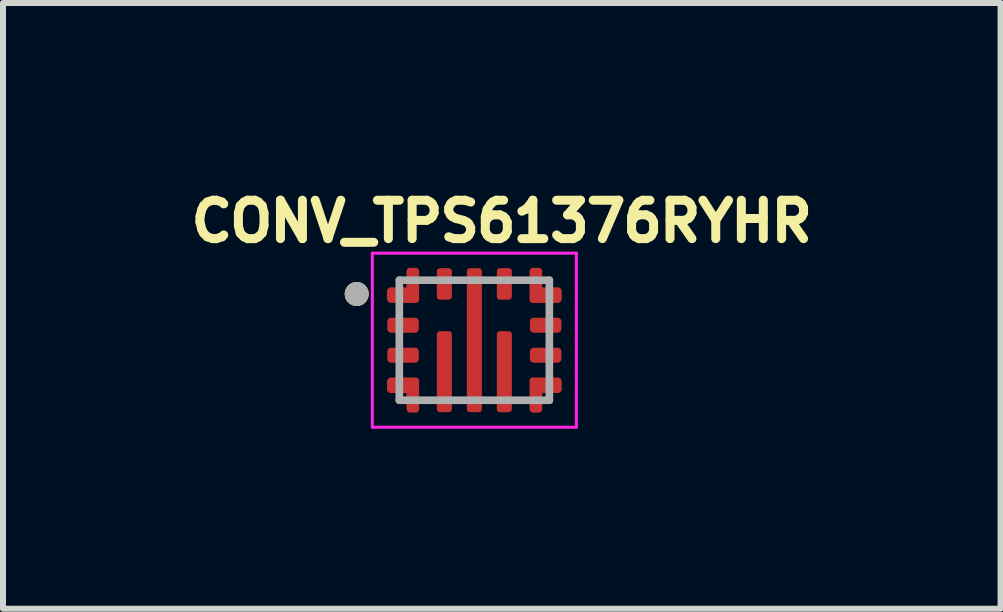
<source format=kicad_pcb>
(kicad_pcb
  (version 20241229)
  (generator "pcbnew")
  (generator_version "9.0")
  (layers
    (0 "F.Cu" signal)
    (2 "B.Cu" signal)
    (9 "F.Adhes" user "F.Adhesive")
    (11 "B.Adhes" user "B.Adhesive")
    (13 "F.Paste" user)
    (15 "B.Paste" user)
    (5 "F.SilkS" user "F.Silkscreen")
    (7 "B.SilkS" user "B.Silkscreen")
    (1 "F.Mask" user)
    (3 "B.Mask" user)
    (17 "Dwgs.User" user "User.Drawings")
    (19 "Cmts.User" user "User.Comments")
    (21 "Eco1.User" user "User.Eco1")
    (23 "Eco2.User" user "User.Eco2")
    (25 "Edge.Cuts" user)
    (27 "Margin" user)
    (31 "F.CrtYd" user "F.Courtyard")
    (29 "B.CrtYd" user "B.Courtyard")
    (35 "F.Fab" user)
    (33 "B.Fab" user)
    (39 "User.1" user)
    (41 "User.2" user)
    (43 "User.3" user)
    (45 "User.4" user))
  (footprint "CONV_TPS61376RYHR"
    (layer "F.Cu")
    (at 4.854 2.619)
    (property "Reference" "CONV_TPS61376RYHR" (at 0.457 -1.981 0) (layer "F.SilkS") (effects (font (size 0.64 0.64) (thickness 0.15))))
    (attr smd)
    (fp_poly (pts (xy -1.5 -0.15) (xy -1.5 -0.3) (xy -1.501 -0.307) (xy -1.501 -0.312) (xy -1.501 -0.318) (xy -1.5 -0.324) (xy -1.499 -0.33) (xy -1.498 -0.336) (xy -1.497 -0.342) (xy -1.495 -0.347) (xy -1.493 -0.353) (xy -1.491 -0.359) (xy -1.488 -0.364) (xy -1.486 -0.369) (xy -1.482 -0.374) (xy -1.479 -0.379) (xy -1.475 -0.384) (xy -1.472 -0.388) (xy -1.468 -0.393) (xy -1.463 -0.397) (xy -1.459 -0.4) (xy -1.454 -0.404) (xy -1.449 -0.407) (xy -1.444 -0.411) (xy -1.439 -0.413) (xy -1.434 -0.416) (xy -1.428 -0.418) (xy -1.422 -0.42) (xy -1.417 -0.422) (xy -1.411 -0.423) (xy -1.405 -0.424) (xy -1.4 -0.425) (xy -0.98 -0.425) (xy -0.974 -0.424) (xy -0.968 -0.423) (xy -0.962 -0.422) (xy -0.956 -0.42) (xy -0.951 -0.418) (xy -0.945 -0.416) (xy -0.939 -0.414) (xy -0.934 -0.411) (xy -0.929 -0.408) (xy -0.924 -0.405) (xy -0.919 -0.401) (xy -0.914 -0.397) (xy -0.91 -0.393) (xy -0.906 -0.389) (xy -0.902 -0.384) (xy -0.898 -0.379) (xy -0.894 -0.375) (xy -0.891 -0.369) (xy -0.888 -0.364) (xy -0.885 -0.359) (xy -0.883 -0.353) (xy -0.881 -0.348) (xy -0.879 -0.342) (xy -0.878 -0.336) (xy -0.876 -0.33) (xy -0.875 -0.324) (xy -0.875 -0.318) (xy -0.875 -0.312) (xy -0.875 -0.306) (xy -0.875 -0.3) (xy -0.875 -0.18) (xy -0.875 -0.175) (xy -0.875 -0.17) (xy -0.875 -0.165) (xy -0.876 -0.159) (xy -0.877 -0.154) (xy -0.878 -0.149) (xy -0.88 -0.144) (xy -0.882 -0.139) (xy -0.884 -0.134) (xy -0.886 -0.13) (xy -0.888 -0.125) (xy -0.891 -0.12) (xy -0.894 -0.116) (xy -0.897 -0.112) (xy -0.901 -0.108) (xy -0.904 -0.104) (xy -0.908 -0.101) (xy -0.912 -0.097) (xy -0.916 -0.094) (xy -0.92 -0.091) (xy -0.925 -0.088) (xy -0.93 -0.086) (xy -0.934 -0.084) (xy -0.939 -0.082) (xy -0.944 -0.08) (xy -0.949 -0.078) (xy -0.954 -0.077) (xy -0.959 -0.076) (xy -0.965 -0.075) (xy -0.97 -0.075) (xy -1.4 -0.075) (xy -1.405 -0.074) (xy -1.409 -0.074) (xy -1.414 -0.074) (xy -1.419 -0.074) (xy -1.423 -0.075) (xy -1.428 -0.075) (xy -1.432 -0.076) (xy -1.437 -0.078) (xy -1.441 -0.079) (xy -1.446 -0.081) (xy -1.45 -0.082) (xy -1.454 -0.084) (xy -1.458 -0.087) (xy -1.462 -0.089) (xy -1.466 -0.092) (xy -1.469 -0.095) (xy -1.473 -0.098) (xy -1.476 -0.101) (xy -1.479 -0.105) (xy -1.482 -0.108) (xy -1.485 -0.112) (xy -1.487 -0.116) (xy -1.49 -0.12) (xy -1.492 -0.124) (xy -1.494 -0.128) (xy -1.496 -0.132) (xy -1.497 -0.137) (xy -1.498 -0.141) (xy -1.499 -0.146) (xy -1.5 -0.15)) (stroke (width 0.01) (type solid)) (fill yes) (layer "F.Mask"))
    (fp_poly (pts (xy -1.5 0.35) (xy -1.5 0.2) (xy -1.501 0.193) (xy -1.501 0.188) (xy -1.501 0.182) (xy -1.5 0.176) (xy -1.499 0.17) (xy -1.498 0.164) (xy -1.497 0.158) (xy -1.495 0.153) (xy -1.493 0.147) (xy -1.491 0.141) (xy -1.488 0.136) (xy -1.486 0.131) (xy -1.482 0.126) (xy -1.479 0.121) (xy -1.475 0.116) (xy -1.472 0.112) (xy -1.468 0.107) (xy -1.463 0.103) (xy -1.459 0.1) (xy -1.454 0.096) (xy -1.449 0.093) (xy -1.444 0.089) (xy -1.439 0.087) (xy -1.434 0.084) (xy -1.428 0.082) (xy -1.422 0.08) (xy -1.417 0.078) (xy -1.411 0.077) (xy -1.405 0.076) (xy -1.4 0.075) (xy -0.98 0.075) (xy -0.974 0.076) (xy -0.968 0.077) (xy -0.962 0.078) (xy -0.956 0.08) (xy -0.951 0.082) (xy -0.945 0.084) (xy -0.939 0.086) (xy -0.934 0.089) (xy -0.929 0.092) (xy -0.924 0.095) (xy -0.919 0.099) (xy -0.914 0.103) (xy -0.91 0.107) (xy -0.906 0.111) (xy -0.902 0.116) (xy -0.898 0.121) (xy -0.894 0.125) (xy -0.891 0.131) (xy -0.888 0.136) (xy -0.885 0.141) (xy -0.883 0.147) (xy -0.881 0.152) (xy -0.879 0.158) (xy -0.878 0.164) (xy -0.876 0.17) (xy -0.875 0.176) (xy -0.875 0.182) (xy -0.875 0.188) (xy -0.875 0.194) (xy -0.875 0.2) (xy -0.875 0.32) (xy -0.875 0.325) (xy -0.875 0.33) (xy -0.875 0.335) (xy -0.876 0.341) (xy -0.877 0.346) (xy -0.878 0.351) (xy -0.88 0.356) (xy -0.882 0.361) (xy -0.884 0.366) (xy -0.886 0.37) (xy -0.888 0.375) (xy -0.891 0.38) (xy -0.894 0.384) (xy -0.897 0.388) (xy -0.901 0.392) (xy -0.904 0.396) (xy -0.908 0.399) (xy -0.912 0.403) (xy -0.916 0.406) (xy -0.92 0.409) (xy -0.925 0.412) (xy -0.93 0.414) (xy -0.934 0.416) (xy -0.939 0.418) (xy -0.944 0.42) (xy -0.949 0.422) (xy -0.954 0.423) (xy -0.959 0.424) (xy -0.965 0.425) (xy -0.97 0.425) (xy -1.4 0.425) (xy -1.405 0.426) (xy -1.409 0.426) (xy -1.414 0.426) (xy -1.419 0.426) (xy -1.423 0.425) (xy -1.428 0.425) (xy -1.432 0.424) (xy -1.437 0.422) (xy -1.441 0.421) (xy -1.446 0.419) (xy -1.45 0.418) (xy -1.454 0.416) (xy -1.458 0.413) (xy -1.462 0.411) (xy -1.466 0.408) (xy -1.469 0.405) (xy -1.473 0.402) (xy -1.476 0.399) (xy -1.479 0.395) (xy -1.482 0.392) (xy -1.485 0.388) (xy -1.487 0.384) (xy -1.49 0.38) (xy -1.492 0.376) (xy -1.494 0.372) (xy -1.496 0.368) (xy -1.497 0.363) (xy -1.498 0.359) (xy -1.499 0.354) (xy -1.5 0.35)) (stroke (width 0.01) (type solid)) (fill yes) (layer "F.Mask"))
    (fp_poly (pts (xy 0.875 -0.15) (xy 0.875 -0.3) (xy 0.874 -0.307) (xy 0.874 -0.313) (xy 0.874 -0.318) (xy 0.875 -0.324) (xy 0.876 -0.33) (xy 0.877 -0.336) (xy 0.878 -0.342) (xy 0.88 -0.347) (xy 0.882 -0.353) (xy 0.884 -0.359) (xy 0.887 -0.364) (xy 0.889 -0.369) (xy 0.893 -0.374) (xy 0.896 -0.379) (xy 0.9 -0.384) (xy 0.903 -0.388) (xy 0.907 -0.393) (xy 0.912 -0.397) (xy 0.916 -0.4) (xy 0.921 -0.404) (xy 0.926 -0.407) (xy 0.931 -0.411) (xy 0.936 -0.413) (xy 0.941 -0.416) (xy 0.947 -0.418) (xy 0.953 -0.42) (xy 0.958 -0.422) (xy 0.964 -0.423) (xy 0.97 -0.424) (xy 0.975 -0.425) (xy 1.395 -0.425) (xy 1.401 -0.424) (xy 1.407 -0.423) (xy 1.413 -0.422) (xy 1.419 -0.42) (xy 1.424 -0.418) (xy 1.43 -0.416) (xy 1.436 -0.414) (xy 1.441 -0.411) (xy 1.446 -0.408) (xy 1.451 -0.405) (xy 1.456 -0.401) (xy 1.461 -0.397) (xy 1.465 -0.393) (xy 1.469 -0.389) (xy 1.473 -0.384) (xy 1.477 -0.379) (xy 1.481 -0.375) (xy 1.484 -0.369) (xy 1.487 -0.364) (xy 1.49 -0.359) (xy 1.492 -0.353) (xy 1.494 -0.348) (xy 1.496 -0.342) (xy 1.497 -0.336) (xy 1.499 -0.33) (xy 1.5 -0.324) (xy 1.5 -0.318) (xy 1.5 -0.312) (xy 1.5 -0.306) (xy 1.5 -0.3) (xy 1.5 -0.18) (xy 1.5 -0.175) (xy 1.5 -0.17) (xy 1.5 -0.165) (xy 1.499 -0.159) (xy 1.498 -0.154) (xy 1.497 -0.149) (xy 1.495 -0.144) (xy 1.493 -0.139) (xy 1.491 -0.134) (xy 1.489 -0.13) (xy 1.487 -0.125) (xy 1.484 -0.12) (xy 1.481 -0.116) (xy 1.478 -0.112) (xy 1.474 -0.108) (xy 1.471 -0.104) (xy 1.467 -0.101) (xy 1.463 -0.097) (xy 1.459 -0.094) (xy 1.455 -0.091) (xy 1.45 -0.088) (xy 1.445 -0.086) (xy 1.441 -0.084) (xy 1.436 -0.082) (xy 1.431 -0.08) (xy 1.426 -0.078) (xy 1.421 -0.077) (xy 1.416 -0.076) (xy 1.41 -0.075) (xy 1.405 -0.075) (xy 0.975 -0.075) (xy 0.97 -0.074) (xy 0.966 -0.074) (xy 0.961 -0.074) (xy 0.956 -0.074) (xy 0.952 -0.075) (xy 0.947 -0.075) (xy 0.943 -0.076) (xy 0.938 -0.078) (xy 0.934 -0.079) (xy 0.929 -0.081) (xy 0.925 -0.082) (xy 0.921 -0.084) (xy 0.917 -0.087) (xy 0.913 -0.089) (xy 0.909 -0.092) (xy 0.906 -0.095) (xy 0.902 -0.098) (xy 0.899 -0.101) (xy 0.896 -0.105) (xy 0.893 -0.108) (xy 0.89 -0.112) (xy 0.888 -0.116) (xy 0.885 -0.12) (xy 0.883 -0.124) (xy 0.881 -0.128) (xy 0.879 -0.132) (xy 0.878 -0.137) (xy 0.877 -0.141) (xy 0.876 -0.146) (xy 0.875 -0.15)) (stroke (width 0.01) (type solid)) (fill yes) (layer "F.Mask"))
    (fp_poly (pts (xy 0.875 0.35) (xy 0.875 0.2) (xy 0.874 0.193) (xy 0.874 0.188) (xy 0.874 0.182) (xy 0.875 0.176) (xy 0.876 0.17) (xy 0.877 0.164) (xy 0.878 0.158) (xy 0.88 0.153) (xy 0.882 0.147) (xy 0.884 0.141) (xy 0.887 0.136) (xy 0.889 0.131) (xy 0.893 0.126) (xy 0.896 0.121) (xy 0.9 0.116) (xy 0.903 0.112) (xy 0.907 0.107) (xy 0.912 0.103) (xy 0.916 0.1) (xy 0.921 0.096) (xy 0.926 0.093) (xy 0.931 0.089) (xy 0.936 0.087) (xy 0.941 0.084) (xy 0.947 0.082) (xy 0.953 0.08) (xy 0.958 0.078) (xy 0.964 0.077) (xy 0.97 0.076) (xy 0.975 0.075) (xy 1.395 0.075) (xy 1.401 0.076) (xy 1.407 0.077) (xy 1.413 0.078) (xy 1.419 0.08) (xy 1.424 0.082) (xy 1.43 0.084) (xy 1.436 0.086) (xy 1.441 0.089) (xy 1.446 0.092) (xy 1.451 0.095) (xy 1.456 0.099) (xy 1.461 0.103) (xy 1.465 0.107) (xy 1.469 0.111) (xy 1.473 0.116) (xy 1.477 0.121) (xy 1.481 0.125) (xy 1.484 0.131) (xy 1.487 0.136) (xy 1.49 0.141) (xy 1.492 0.147) (xy 1.494 0.152) (xy 1.496 0.158) (xy 1.497 0.164) (xy 1.499 0.17) (xy 1.5 0.176) (xy 1.5 0.182) (xy 1.5 0.188) (xy 1.5 0.194) (xy 1.5 0.2) (xy 1.5 0.32) (xy 1.5 0.325) (xy 1.5 0.33) (xy 1.5 0.335) (xy 1.499 0.341) (xy 1.498 0.346) (xy 1.497 0.351) (xy 1.495 0.356) (xy 1.493 0.361) (xy 1.491 0.366) (xy 1.489 0.37) (xy 1.487 0.375) (xy 1.484 0.38) (xy 1.481 0.384) (xy 1.478 0.388) (xy 1.474 0.392) (xy 1.471 0.396) (xy 1.467 0.399) (xy 1.463 0.403) (xy 1.459 0.406) (xy 1.455 0.409) (xy 1.45 0.412) (xy 1.445 0.414) (xy 1.441 0.416) (xy 1.436 0.418) (xy 1.431 0.42) (xy 1.426 0.422) (xy 1.421 0.423) (xy 1.416 0.424) (xy 1.41 0.425) (xy 1.405 0.425) (xy 0.975 0.425) (xy 0.97 0.426) (xy 0.966 0.426) (xy 0.961 0.426) (xy 0.956 0.426) (xy 0.952 0.425) (xy 0.947 0.425) (xy 0.943 0.424) (xy 0.938 0.422) (xy 0.934 0.421) (xy 0.929 0.419) (xy 0.925 0.418) (xy 0.921 0.416) (xy 0.917 0.413) (xy 0.913 0.411) (xy 0.909 0.408) (xy 0.906 0.405) (xy 0.902 0.402) (xy 0.899 0.399) (xy 0.896 0.395) (xy 0.893 0.392) (xy 0.89 0.388) (xy 0.888 0.384) (xy 0.885 0.38) (xy 0.883 0.376) (xy 0.881 0.372) (xy 0.879 0.368) (xy 0.878 0.363) (xy 0.877 0.359) (xy 0.876 0.354) (xy 0.875 0.35)) (stroke (width 0.01) (type solid)) (fill yes) (layer "F.Mask"))
    (fp_poly (pts (xy -0.675 0.5) (xy -0.675 -0.1) (xy -0.676 -0.105) (xy -0.676 -0.109) (xy -0.676 -0.114) (xy -0.676 -0.119) (xy -0.675 -0.123) (xy -0.675 -0.128) (xy -0.674 -0.132) (xy -0.672 -0.137) (xy -0.671 -0.141) (xy -0.669 -0.146) (xy -0.668 -0.15) (xy -0.666 -0.154) (xy -0.663 -0.158) (xy -0.661 -0.162) (xy -0.658 -0.166) (xy -0.655 -0.169) (xy -0.652 -0.173) (xy -0.649 -0.176) (xy -0.645 -0.179) (xy -0.642 -0.182) (xy -0.638 -0.185) (xy -0.634 -0.187) (xy -0.63 -0.19) (xy -0.626 -0.192) (xy -0.622 -0.194) (xy -0.618 -0.196) (xy -0.613 -0.197) (xy -0.609 -0.198) (xy -0.604 -0.199) (xy -0.6 -0.2) (xy -0.4 -0.2) (xy -0.396 -0.199) (xy -0.391 -0.198) (xy -0.387 -0.197) (xy -0.382 -0.196) (xy -0.378 -0.194) (xy -0.374 -0.192) (xy -0.37 -0.19) (xy -0.366 -0.187) (xy -0.362 -0.185) (xy -0.358 -0.182) (xy -0.355 -0.179) (xy -0.351 -0.176) (xy -0.348 -0.173) (xy -0.345 -0.169) (xy -0.342 -0.166) (xy -0.339 -0.162) (xy -0.337 -0.158) (xy -0.334 -0.154) (xy -0.332 -0.15) (xy -0.331 -0.146) (xy -0.329 -0.141) (xy -0.328 -0.137) (xy -0.326 -0.132) (xy -0.325 -0.128) (xy -0.325 -0.123) (xy -0.324 -0.119) (xy -0.324 -0.114) (xy -0.324 -0.109) (xy -0.324 -0.105) (xy -0.325 -0.1) (xy -0.325 1.15) (xy -0.324 1.155) (xy -0.324 1.159) (xy -0.324 1.164) (xy -0.324 1.169) (xy -0.325 1.173) (xy -0.325 1.178) (xy -0.326 1.182) (xy -0.328 1.187) (xy -0.329 1.191) (xy -0.331 1.196) (xy -0.332 1.2) (xy -0.334 1.204) (xy -0.337 1.208) (xy -0.339 1.212) (xy -0.342 1.216) (xy -0.345 1.219) (xy -0.348 1.223) (xy -0.351 1.226) (xy -0.355 1.229) (xy -0.358 1.232) (xy -0.362 1.235) (xy -0.366 1.237) (xy -0.37 1.24) (xy -0.374 1.242) (xy -0.378 1.244) (xy -0.382 1.246) (xy -0.387 1.247) (xy -0.391 1.248) (xy -0.396 1.249) (xy -0.4 1.25) (xy -0.6 1.25) (xy -0.604 1.249) (xy -0.609 1.248) (xy -0.613 1.247) (xy -0.618 1.246) (xy -0.622 1.244) (xy -0.626 1.242) (xy -0.63 1.24) (xy -0.634 1.237) (xy -0.638 1.235) (xy -0.642 1.232) (xy -0.645 1.229) (xy -0.649 1.226) (xy -0.652 1.223) (xy -0.655 1.219) (xy -0.658 1.216) (xy -0.661 1.212) (xy -0.663 1.208) (xy -0.666 1.204) (xy -0.668 1.2) (xy -0.669 1.196) (xy -0.671 1.191) (xy -0.672 1.187) (xy -0.674 1.182) (xy -0.675 1.178) (xy -0.675 1.173) (xy -0.676 1.169) (xy -0.676 1.164) (xy -0.676 1.159) (xy -0.676 1.155) (xy -0.675 1.15) (xy -0.675 0.5)) (stroke (width 0.01) (type solid)) (fill yes) (layer "F.Mask"))
    (fp_poly (pts (xy 0.325 0.5) (xy 0.325 -0.1) (xy 0.324 -0.105) (xy 0.324 -0.109) (xy 0.324 -0.114) (xy 0.324 -0.119) (xy 0.325 -0.123) (xy 0.325 -0.128) (xy 0.326 -0.132) (xy 0.328 -0.137) (xy 0.329 -0.141) (xy 0.331 -0.146) (xy 0.332 -0.15) (xy 0.334 -0.154) (xy 0.337 -0.158) (xy 0.339 -0.162) (xy 0.342 -0.166) (xy 0.345 -0.169) (xy 0.348 -0.173) (xy 0.351 -0.176) (xy 0.355 -0.179) (xy 0.358 -0.182) (xy 0.362 -0.185) (xy 0.366 -0.187) (xy 0.37 -0.19) (xy 0.374 -0.192) (xy 0.378 -0.194) (xy 0.382 -0.196) (xy 0.387 -0.197) (xy 0.391 -0.198) (xy 0.396 -0.199) (xy 0.4 -0.2) (xy 0.6 -0.2) (xy 0.604 -0.199) (xy 0.609 -0.198) (xy 0.613 -0.197) (xy 0.618 -0.196) (xy 0.622 -0.194) (xy 0.626 -0.192) (xy 0.63 -0.19) (xy 0.634 -0.187) (xy 0.638 -0.185) (xy 0.642 -0.182) (xy 0.645 -0.179) (xy 0.649 -0.176) (xy 0.652 -0.173) (xy 0.655 -0.169) (xy 0.658 -0.166) (xy 0.661 -0.162) (xy 0.663 -0.158) (xy 0.666 -0.154) (xy 0.668 -0.15) (xy 0.669 -0.146) (xy 0.671 -0.141) (xy 0.672 -0.137) (xy 0.674 -0.132) (xy 0.675 -0.128) (xy 0.675 -0.123) (xy 0.676 -0.119) (xy 0.676 -0.114) (xy 0.676 -0.109) (xy 0.676 -0.105) (xy 0.675 -0.1) (xy 0.675 1.15) (xy 0.676 1.155) (xy 0.676 1.159) (xy 0.676 1.164) (xy 0.676 1.169) (xy 0.675 1.173) (xy 0.675 1.178) (xy 0.674 1.182) (xy 0.672 1.187) (xy 0.671 1.191) (xy 0.669 1.196) (xy 0.668 1.2) (xy 0.666 1.204) (xy 0.663 1.208) (xy 0.661 1.212) (xy 0.658 1.216) (xy 0.655 1.219) (xy 0.652 1.223) (xy 0.649 1.226) (xy 0.645 1.229) (xy 0.642 1.232) (xy 0.638 1.235) (xy 0.634 1.237) (xy 0.63 1.24) (xy 0.626 1.242) (xy 0.622 1.244) (xy 0.618 1.246) (xy 0.613 1.247) (xy 0.609 1.248) (xy 0.604 1.249) (xy 0.6 1.25) (xy 0.4 1.25) (xy 0.396 1.249) (xy 0.391 1.248) (xy 0.387 1.247) (xy 0.382 1.246) (xy 0.378 1.244) (xy 0.374 1.242) (xy 0.37 1.24) (xy 0.366 1.237) (xy 0.362 1.235) (xy 0.358 1.232) (xy 0.355 1.229) (xy 0.351 1.226) (xy 0.348 1.223) (xy 0.345 1.219) (xy 0.342 1.216) (xy 0.339 1.212) (xy 0.337 1.208) (xy 0.334 1.204) (xy 0.332 1.2) (xy 0.331 1.196) (xy 0.329 1.191) (xy 0.328 1.187) (xy 0.326 1.182) (xy 0.325 1.178) (xy 0.325 1.173) (xy 0.324 1.169) (xy 0.324 1.164) (xy 0.324 1.159) (xy 0.324 1.155) (xy 0.325 1.15) (xy 0.325 0.5)) (stroke (width 0.01) (type solid)) (fill yes) (layer "F.Mask"))
    (fp_poly (pts (xy -0.175 1.147) (xy -0.175 -1.147) (xy -0.175 -1.152) (xy -0.175 -1.157) (xy -0.175 -1.162) (xy -0.174 -1.168) (xy -0.173 -1.173) (xy -0.172 -1.178) (xy -0.17 -1.182) (xy -0.169 -1.187) (xy -0.167 -1.192) (xy -0.164 -1.197) (xy -0.162 -1.201) (xy -0.159 -1.206) (xy -0.156 -1.21) (xy -0.153 -1.214) (xy -0.15 -1.218) (xy -0.146 -1.221) (xy -0.143 -1.225) (xy -0.139 -1.228) (xy -0.135 -1.231) (xy -0.131 -1.234) (xy -0.126 -1.237) (xy -0.122 -1.239) (xy -0.117 -1.242) (xy -0.112 -1.244) (xy -0.107 -1.245) (xy -0.103 -1.247) (xy -0.098 -1.248) (xy -0.093 -1.249) (xy -0.087 -1.25) (xy -0.083 -1.25) (xy 0.083 -1.25) (xy 0.087 -1.25) (xy 0.092 -1.249) (xy 0.097 -1.248) (xy 0.102 -1.247) (xy 0.107 -1.246) (xy 0.112 -1.244) (xy 0.116 -1.242) (xy 0.121 -1.24) (xy 0.125 -1.238) (xy 0.13 -1.235) (xy 0.134 -1.233) (xy 0.138 -1.23) (xy 0.142 -1.226) (xy 0.146 -1.223) (xy 0.149 -1.219) (xy 0.153 -1.216) (xy 0.156 -1.212) (xy 0.159 -1.208) (xy 0.161 -1.203) (xy 0.164 -1.199) (xy 0.166 -1.194) (xy 0.168 -1.19) (xy 0.17 -1.185) (xy 0.171 -1.18) (xy 0.173 -1.175) (xy 0.174 -1.17) (xy 0.174 -1.165) (xy 0.175 -1.16) (xy 0.175 -1.155) (xy 0.175 -1.15) (xy 0.175 -1.147) (xy 0.175 1.147) (xy 0.175 1.15) (xy 0.175 1.155) (xy 0.175 1.16) (xy 0.174 1.165) (xy 0.174 1.17) (xy 0.173 1.175) (xy 0.171 1.18) (xy 0.17 1.185) (xy 0.168 1.19) (xy 0.166 1.194) (xy 0.164 1.199) (xy 0.161 1.203) (xy 0.159 1.208) (xy 0.156 1.212) (xy 0.153 1.216) (xy 0.149 1.219) (xy 0.146 1.223) (xy 0.142 1.226) (xy 0.138 1.23) (xy 0.134 1.233) (xy 0.13 1.235) (xy 0.125 1.238) (xy 0.121 1.24) (xy 0.116 1.242) (xy 0.112 1.244) (xy 0.107 1.246) (xy 0.102 1.247) (xy 0.097 1.248) (xy 0.092 1.249) (xy 0.087 1.25) (xy 0.083 1.25) (xy -0.083 1.25) (xy -0.087 1.25) (xy -0.093 1.249) (xy -0.098 1.248) (xy -0.103 1.247) (xy -0.107 1.245) (xy -0.112 1.244) (xy -0.117 1.242) (xy -0.122 1.239) (xy -0.126 1.237) (xy -0.131 1.234) (xy -0.135 1.231) (xy -0.139 1.228) (xy -0.143 1.225) (xy -0.146 1.221) (xy -0.15 1.218) (xy -0.153 1.214) (xy -0.156 1.21) (xy -0.159 1.206) (xy -0.162 1.201) (xy -0.164 1.197) (xy -0.167 1.192) (xy -0.169 1.187) (xy -0.17 1.182) (xy -0.172 1.178) (xy -0.173 1.173) (xy -0.174 1.168) (xy -0.175 1.162) (xy -0.175 1.157) (xy -0.175 1.152) (xy -0.175 1.147)) (stroke (width 0.01) (type solid)) (fill yes) (layer "F.Mask"))
    (fp_poly (pts (xy -0.57 -1.25) (xy -0.43 -1.25) (xy -0.424 -1.25) (xy -0.419 -1.25) (xy -0.413 -1.249) (xy -0.408 -1.248) (xy -0.403 -1.247) (xy -0.398 -1.246) (xy -0.392 -1.244) (xy -0.387 -1.242) (xy -0.383 -1.24) (xy -0.378 -1.237) (xy -0.373 -1.234) (xy -0.369 -1.231) (xy -0.364 -1.228) (xy -0.36 -1.225) (xy -0.356 -1.221) (xy -0.353 -1.217) (xy -0.349 -1.213) (xy -0.346 -1.209) (xy -0.342 -1.205) (xy -0.34 -1.2) (xy -0.337 -1.196) (xy -0.335 -1.191) (xy -0.332 -1.186) (xy -0.331 -1.181) (xy -0.329 -1.176) (xy -0.328 -1.171) (xy -0.327 -1.165) (xy -0.326 -1.16) (xy -0.325 -1.155) (xy -0.325 -1.15) (xy -0.325 -1.14) (xy -0.325 -0.74) (xy -0.325 -0.73) (xy -0.325 -0.725) (xy -0.326 -0.719) (xy -0.326 -0.714) (xy -0.327 -0.708) (xy -0.329 -0.703) (xy -0.33 -0.698) (xy -0.332 -0.693) (xy -0.334 -0.688) (xy -0.336 -0.683) (xy -0.339 -0.678) (xy -0.342 -0.673) (xy -0.345 -0.669) (xy -0.348 -0.664) (xy -0.352 -0.66) (xy -0.356 -0.656) (xy -0.36 -0.652) (xy -0.364 -0.649) (xy -0.368 -0.646) (xy -0.373 -0.642) (xy -0.377 -0.64) (xy -0.382 -0.637) (xy -0.387 -0.635) (xy -0.392 -0.632) (xy -0.397 -0.631) (xy -0.403 -0.629) (xy -0.408 -0.628) (xy -0.413 -0.627) (xy -0.419 -0.626) (xy -0.424 -0.626) (xy -0.43 -0.625) (xy -0.58 -0.625) (xy -0.586 -0.626) (xy -0.591 -0.627) (xy -0.596 -0.628) (xy -0.601 -0.629) (xy -0.606 -0.63) (xy -0.611 -0.632) (xy -0.616 -0.634) (xy -0.621 -0.636) (xy -0.625 -0.639) (xy -0.63 -0.641) (xy -0.634 -0.644) (xy -0.638 -0.648) (xy -0.642 -0.651) (xy -0.646 -0.655) (xy -0.649 -0.658) (xy -0.653 -0.662) (xy -0.656 -0.667) (xy -0.659 -0.671) (xy -0.662 -0.675) (xy -0.664 -0.68) (xy -0.666 -0.685) (xy -0.668 -0.689) (xy -0.67 -0.694) (xy -0.672 -0.699) (xy -0.673 -0.704) (xy -0.674 -0.71) (xy -0.675 -0.715) (xy -0.675 -0.72) (xy -0.675 -0.725) (xy -0.675 -0.73) (xy -0.675 -0.74) (xy -0.675 -1.14) (xy -0.675 -1.146) (xy -0.675 -1.152) (xy -0.674 -1.157) (xy -0.673 -1.163) (xy -0.672 -1.169) (xy -0.67 -1.174) (xy -0.669 -1.179) (xy -0.666 -1.185) (xy -0.664 -1.19) (xy -0.662 -1.195) (xy -0.659 -1.199) (xy -0.656 -1.204) (xy -0.652 -1.209) (xy -0.649 -1.213) (xy -0.645 -1.217) (xy -0.641 -1.221) (xy -0.637 -1.225) (xy -0.632 -1.228) (xy -0.628 -1.232) (xy -0.623 -1.235) (xy -0.618 -1.237) (xy -0.613 -1.24) (xy -0.608 -1.242) (xy -0.603 -1.244) (xy -0.597 -1.246) (xy -0.592 -1.247) (xy -0.586 -1.248) (xy -0.581 -1.249) (xy -0.575 -1.25) (xy -0.57 -1.25)) (stroke (width 0.01) (type solid)) (fill yes) (layer "F.Mask"))
    (fp_poly (pts (xy 0.43 -1.25) (xy 0.57 -1.25) (xy 0.576 -1.25) (xy 0.581 -1.25) (xy 0.587 -1.249) (xy 0.592 -1.248) (xy 0.597 -1.247) (xy 0.602 -1.246) (xy 0.608 -1.244) (xy 0.613 -1.242) (xy 0.617 -1.24) (xy 0.622 -1.237) (xy 0.627 -1.234) (xy 0.631 -1.231) (xy 0.636 -1.228) (xy 0.64 -1.225) (xy 0.644 -1.221) (xy 0.647 -1.217) (xy 0.651 -1.213) (xy 0.654 -1.209) (xy 0.658 -1.205) (xy 0.66 -1.2) (xy 0.663 -1.196) (xy 0.665 -1.191) (xy 0.668 -1.186) (xy 0.669 -1.181) (xy 0.671 -1.176) (xy 0.672 -1.171) (xy 0.673 -1.165) (xy 0.674 -1.16) (xy 0.675 -1.155) (xy 0.675 -1.15) (xy 0.675 -1.14) (xy 0.675 -0.74) (xy 0.675 -0.73) (xy 0.675 -0.725) (xy 0.674 -0.719) (xy 0.674 -0.714) (xy 0.673 -0.708) (xy 0.671 -0.703) (xy 0.67 -0.698) (xy 0.668 -0.693) (xy 0.666 -0.688) (xy 0.664 -0.683) (xy 0.661 -0.678) (xy 0.658 -0.673) (xy 0.655 -0.669) (xy 0.652 -0.664) (xy 0.648 -0.66) (xy 0.644 -0.656) (xy 0.64 -0.652) (xy 0.636 -0.649) (xy 0.632 -0.646) (xy 0.627 -0.642) (xy 0.623 -0.64) (xy 0.618 -0.637) (xy 0.613 -0.635) (xy 0.608 -0.632) (xy 0.603 -0.631) (xy 0.597 -0.629) (xy 0.592 -0.628) (xy 0.587 -0.627) (xy 0.581 -0.626) (xy 0.576 -0.626) (xy 0.57 -0.625) (xy 0.42 -0.625) (xy 0.414 -0.626) (xy 0.409 -0.627) (xy 0.404 -0.628) (xy 0.399 -0.629) (xy 0.394 -0.63) (xy 0.389 -0.632) (xy 0.384 -0.634) (xy 0.379 -0.636) (xy 0.375 -0.639) (xy 0.37 -0.641) (xy 0.366 -0.644) (xy 0.362 -0.648) (xy 0.358 -0.651) (xy 0.354 -0.655) (xy 0.351 -0.658) (xy 0.347 -0.662) (xy 0.344 -0.667) (xy 0.341 -0.671) (xy 0.338 -0.675) (xy 0.336 -0.68) (xy 0.334 -0.685) (xy 0.332 -0.689) (xy 0.33 -0.694) (xy 0.328 -0.699) (xy 0.327 -0.704) (xy 0.326 -0.71) (xy 0.325 -0.715) (xy 0.325 -0.72) (xy 0.325 -0.725) (xy 0.325 -0.73) (xy 0.325 -0.74) (xy 0.325 -1.14) (xy 0.325 -1.146) (xy 0.325 -1.152) (xy 0.326 -1.157) (xy 0.327 -1.163) (xy 0.328 -1.169) (xy 0.33 -1.174) (xy 0.331 -1.179) (xy 0.334 -1.185) (xy 0.336 -1.19) (xy 0.338 -1.195) (xy 0.341 -1.199) (xy 0.344 -1.204) (xy 0.348 -1.209) (xy 0.351 -1.213) (xy 0.355 -1.217) (xy 0.359 -1.221) (xy 0.363 -1.225) (xy 0.368 -1.228) (xy 0.372 -1.232) (xy 0.377 -1.235) (xy 0.382 -1.237) (xy 0.387 -1.24) (xy 0.392 -1.242) (xy 0.397 -1.244) (xy 0.403 -1.246) (xy 0.408 -1.247) (xy 0.414 -1.248) (xy 0.419 -1.249) (xy 0.425 -1.25) (xy 0.43 -1.25)) (stroke (width 0.01) (type solid)) (fill yes) (layer "F.Mask"))
    (fp_poly (pts (xy -1.5 -0.81) (xy -1.5 -0.816) (xy -1.499 -0.822) (xy -1.499 -0.828) (xy -1.497 -0.834) (xy -1.496 -0.84) (xy -1.494 -0.846) (xy -1.492 -0.851) (xy -1.49 -0.857) (xy -1.487 -0.862) (xy -1.485 -0.868) (xy -1.481 -0.873) (xy -1.478 -0.878) (xy -1.474 -0.882) (xy -1.47 -0.887) (xy -1.466 -0.891) (xy -1.462 -0.895) (xy -1.457 -0.899) (xy -1.453 -0.903) (xy -1.448 -0.906) (xy -1.442 -0.91) (xy -1.437 -0.912) (xy -1.432 -0.915) (xy -1.426 -0.917) (xy -1.421 -0.919) (xy -1.415 -0.921) (xy -1.409 -0.922) (xy -1.403 -0.924) (xy -1.397 -0.924) (xy -1.391 -0.925) (xy -1.385 -0.925) (xy -1.175 -0.925) (xy -1.175 -1.16) (xy -1.175 -1.165) (xy -1.175 -1.169) (xy -1.174 -1.174) (xy -1.173 -1.179) (xy -1.172 -1.183) (xy -1.171 -1.188) (xy -1.169 -1.192) (xy -1.167 -1.197) (xy -1.165 -1.201) (xy -1.163 -1.205) (xy -1.16 -1.209) (xy -1.158 -1.213) (xy -1.155 -1.217) (xy -1.152 -1.22) (xy -1.149 -1.224) (xy -1.145 -1.227) (xy -1.142 -1.23) (xy -1.138 -1.233) (xy -1.134 -1.235) (xy -1.13 -1.238) (xy -1.126 -1.24) (xy -1.122 -1.242) (xy -1.117 -1.244) (xy -1.113 -1.246) (xy -1.108 -1.247) (xy -1.104 -1.248) (xy -1.099 -1.249) (xy -1.094 -1.25) (xy -1.09 -1.25) (xy -1.085 -1.25) (xy -0.965 -1.25) (xy -0.96 -1.25) (xy -0.956 -1.25) (xy -0.951 -1.249) (xy -0.946 -1.248) (xy -0.942 -1.247) (xy -0.937 -1.246) (xy -0.933 -1.244) (xy -0.928 -1.242) (xy -0.924 -1.24) (xy -0.92 -1.238) (xy -0.916 -1.235) (xy -0.912 -1.233) (xy -0.908 -1.23) (xy -0.905 -1.227) (xy -0.901 -1.224) (xy -0.898 -1.22) (xy -0.895 -1.217) (xy -0.892 -1.213) (xy -0.89 -1.209) (xy -0.887 -1.205) (xy -0.885 -1.201) (xy -0.883 -1.197) (xy -0.881 -1.192) (xy -0.879 -1.188) (xy -0.878 -1.183) (xy -0.877 -1.179) (xy -0.876 -1.174) (xy -0.875 -1.169) (xy -0.875 -1.165) (xy -0.875 -1.16) (xy -0.875 -1.125) (xy -0.875 -1.124) (xy -0.874 -1.124) (xy -0.875 -1.123) (xy -0.875 -0.67) (xy -0.876 -0.665) (xy -0.877 -0.659) (xy -0.879 -0.653) (xy -0.881 -0.647) (xy -0.883 -0.642) (xy -0.886 -0.636) (xy -0.889 -0.631) (xy -0.892 -0.626) (xy -0.895 -0.621) (xy -0.899 -0.616) (xy -0.903 -0.612) (xy -0.907 -0.607) (xy -0.912 -0.603) (xy -0.916 -0.599) (xy -0.921 -0.595) (xy -0.926 -0.592) (xy -0.931 -0.589) (xy -0.936 -0.586) (xy -0.942 -0.583) (xy -0.947 -0.581) (xy -0.953 -0.579) (xy -0.959 -0.577) (xy -0.965 -0.576) (xy -0.971 -0.575) (xy -0.977 -0.574) (xy -0.983 -0.574) (xy -0.989 -0.573) (xy -0.995 -0.574) (xy -1.001 -0.574) (xy -1.008 -0.575) (xy -1.383 -0.575) (xy -1.388 -0.575) (xy -1.394 -0.575) (xy -1.4 -0.576) (xy -1.406 -0.577) (xy -1.412 -0.578) (xy -1.418 -0.58) (xy -1.424 -0.582) (xy -1.429 -0.584) (xy -1.435 -0.587) (xy -1.44 -0.59) (xy -1.445 -0.593) (xy -1.45 -0.596) (xy -1.455 -0.6) (xy -1.46 -0.604) (xy -1.465 -0.608) (xy -1.469 -0.612) (xy -1.473 -0.617) (xy -1.477 -0.621) (xy -1.48 -0.626) (xy -1.483 -0.631) (xy -1.486 -0.637) (xy -1.489 -0.642) (xy -1.492 -0.648) (xy -1.494 -0.653) (xy -1.496 -0.659) (xy -1.497 -0.665) (xy -1.498 -0.671) (xy -1.499 -0.677) (xy -1.5 -0.683) (xy -1.5 -0.69) (xy -1.5 -0.75) (xy -1.5 -0.748) (xy -1.5 -0.81)) (stroke (width 0.01) (type solid)) (fill yes) (layer "F.Mask"))
    (fp_poly (pts (xy -1.5 0.81) (xy -1.5 0.816) (xy -1.499 0.822) (xy -1.499 0.828) (xy -1.497 0.834) (xy -1.496 0.84) (xy -1.494 0.846) (xy -1.492 0.851) (xy -1.49 0.857) (xy -1.487 0.862) (xy -1.485 0.868) (xy -1.481 0.873) (xy -1.478 0.878) (xy -1.474 0.882) (xy -1.47 0.887) (xy -1.466 0.891) (xy -1.462 0.895) (xy -1.457 0.899) (xy -1.453 0.903) (xy -1.448 0.906) (xy -1.442 0.91) (xy -1.437 0.912) (xy -1.432 0.915) (xy -1.426 0.917) (xy -1.421 0.919) (xy -1.415 0.921) (xy -1.409 0.922) (xy -1.403 0.924) (xy -1.397 0.924) (xy -1.391 0.925) (xy -1.385 0.925) (xy -1.175 0.925) (xy -1.175 1.16) (xy -1.175 1.165) (xy -1.175 1.169) (xy -1.174 1.174) (xy -1.173 1.179) (xy -1.172 1.183) (xy -1.171 1.188) (xy -1.169 1.192) (xy -1.167 1.197) (xy -1.165 1.201) (xy -1.163 1.205) (xy -1.16 1.209) (xy -1.158 1.213) (xy -1.155 1.217) (xy -1.152 1.22) (xy -1.149 1.224) (xy -1.145 1.227) (xy -1.142 1.23) (xy -1.138 1.233) (xy -1.134 1.235) (xy -1.13 1.238) (xy -1.126 1.24) (xy -1.122 1.242) (xy -1.117 1.244) (xy -1.113 1.246) (xy -1.108 1.247) (xy -1.104 1.248) (xy -1.099 1.249) (xy -1.094 1.25) (xy -1.09 1.25) (xy -1.085 1.25) (xy -0.965 1.25) (xy -0.96 1.25) (xy -0.956 1.25) (xy -0.951 1.249) (xy -0.946 1.248) (xy -0.942 1.247) (xy -0.937 1.246) (xy -0.933 1.244) (xy -0.928 1.242) (xy -0.924 1.24) (xy -0.92 1.238) (xy -0.916 1.235) (xy -0.912 1.233) (xy -0.908 1.23) (xy -0.905 1.227) (xy -0.901 1.224) (xy -0.898 1.22) (xy -0.895 1.217) (xy -0.892 1.213) (xy -0.89 1.209) (xy -0.887 1.205) (xy -0.885 1.201) (xy -0.883 1.197) (xy -0.881 1.192) (xy -0.879 1.188) (xy -0.878 1.183) (xy -0.877 1.179) (xy -0.876 1.174) (xy -0.875 1.169) (xy -0.875 1.165) (xy -0.875 1.16) (xy -0.875 1.125) (xy -0.875 1.124) (xy -0.874 1.124) (xy -0.875 1.123) (xy -0.875 0.67) (xy -0.876 0.665) (xy -0.877 0.659) (xy -0.879 0.653) (xy -0.881 0.647) (xy -0.883 0.642) (xy -0.886 0.636) (xy -0.889 0.631) (xy -0.892 0.626) (xy -0.895 0.621) (xy -0.899 0.616) (xy -0.903 0.612) (xy -0.907 0.607) (xy -0.912 0.603) (xy -0.916 0.599) (xy -0.921 0.595) (xy -0.926 0.592) (xy -0.931 0.589) (xy -0.936 0.586) (xy -0.942 0.583) (xy -0.947 0.581) (xy -0.953 0.579) (xy -0.959 0.577) (xy -0.965 0.576) (xy -0.971 0.575) (xy -0.977 0.574) (xy -0.983 0.574) (xy -0.989 0.573) (xy -0.995 0.574) (xy -1.001 0.574) (xy -1.008 0.575) (xy -1.383 0.575) (xy -1.388 0.575) (xy -1.394 0.575) (xy -1.4 0.576) (xy -1.406 0.577) (xy -1.412 0.578) (xy -1.418 0.58) (xy -1.424 0.582) (xy -1.429 0.584) (xy -1.435 0.587) (xy -1.44 0.59) (xy -1.445 0.593) (xy -1.45 0.596) (xy -1.455 0.6) (xy -1.46 0.604) (xy -1.465 0.608) (xy -1.469 0.612) (xy -1.473 0.617) (xy -1.477 0.621) (xy -1.48 0.626) (xy -1.483 0.631) (xy -1.486 0.637) (xy -1.489 0.642) (xy -1.492 0.648) (xy -1.494 0.653) (xy -1.496 0.659) (xy -1.497 0.665) (xy -1.498 0.671) (xy -1.499 0.677) (xy -1.5 0.683) (xy -1.5 0.69) (xy -1.5 0.75) (xy -1.5 0.748) (xy -1.5 0.81)) (stroke (width 0.01) (type solid)) (fill yes) (layer "F.Mask"))
    (fp_poly (pts (xy 1.5 -0.81) (xy 1.5 -0.816) (xy 1.499 -0.822) (xy 1.499 -0.828) (xy 1.497 -0.834) (xy 1.496 -0.84) (xy 1.494 -0.846) (xy 1.492 -0.851) (xy 1.49 -0.857) (xy 1.487 -0.862) (xy 1.485 -0.868) (xy 1.481 -0.873) (xy 1.478 -0.878) (xy 1.474 -0.882) (xy 1.47 -0.887) (xy 1.466 -0.891) (xy 1.462 -0.895) (xy 1.457 -0.899) (xy 1.453 -0.903) (xy 1.448 -0.906) (xy 1.442 -0.91) (xy 1.437 -0.912) (xy 1.432 -0.915) (xy 1.426 -0.917) (xy 1.421 -0.919) (xy 1.415 -0.921) (xy 1.409 -0.922) (xy 1.403 -0.924) (xy 1.397 -0.924) (xy 1.391 -0.925) (xy 1.385 -0.925) (xy 1.175 -0.925) (xy 1.175 -1.16) (xy 1.175 -1.165) (xy 1.175 -1.169) (xy 1.174 -1.174) (xy 1.173 -1.179) (xy 1.172 -1.183) (xy 1.171 -1.188) (xy 1.169 -1.192) (xy 1.167 -1.197) (xy 1.165 -1.201) (xy 1.163 -1.205) (xy 1.16 -1.209) (xy 1.158 -1.213) (xy 1.155 -1.217) (xy 1.152 -1.22) (xy 1.149 -1.224) (xy 1.145 -1.227) (xy 1.142 -1.23) (xy 1.138 -1.233) (xy 1.134 -1.235) (xy 1.13 -1.238) (xy 1.126 -1.24) (xy 1.122 -1.242) (xy 1.117 -1.244) (xy 1.113 -1.246) (xy 1.108 -1.247) (xy 1.104 -1.248) (xy 1.099 -1.249) (xy 1.094 -1.25) (xy 1.09 -1.25) (xy 1.085 -1.25) (xy 0.965 -1.25) (xy 0.96 -1.25) (xy 0.956 -1.25) (xy 0.951 -1.249) (xy 0.946 -1.248) (xy 0.942 -1.247) (xy 0.937 -1.246) (xy 0.933 -1.244) (xy 0.928 -1.242) (xy 0.924 -1.24) (xy 0.92 -1.238) (xy 0.916 -1.235) (xy 0.912 -1.233) (xy 0.908 -1.23) (xy 0.905 -1.227) (xy 0.901 -1.224) (xy 0.898 -1.22) (xy 0.895 -1.217) (xy 0.892 -1.213) (xy 0.89 -1.209) (xy 0.887 -1.205) (xy 0.885 -1.201) (xy 0.883 -1.197) (xy 0.881 -1.192) (xy 0.879 -1.188) (xy 0.878 -1.183) (xy 0.877 -1.179) (xy 0.876 -1.174) (xy 0.875 -1.169) (xy 0.875 -1.165) (xy 0.875 -1.16) (xy 0.875 -1.125) (xy 0.875 -1.124) (xy 0.874 -1.124) (xy 0.875 -1.123) (xy 0.875 -0.67) (xy 0.876 -0.665) (xy 0.877 -0.659) (xy 0.879 -0.653) (xy 0.881 -0.647) (xy 0.883 -0.642) (xy 0.886 -0.636) (xy 0.889 -0.631) (xy 0.892 -0.626) (xy 0.895 -0.621) (xy 0.899 -0.616) (xy 0.903 -0.612) (xy 0.907 -0.607) (xy 0.912 -0.603) (xy 0.916 -0.599) (xy 0.921 -0.595) (xy 0.926 -0.592) (xy 0.931 -0.589) (xy 0.936 -0.586) (xy 0.942 -0.583) (xy 0.947 -0.581) (xy 0.953 -0.579) (xy 0.959 -0.577) (xy 0.965 -0.576) (xy 0.971 -0.575) (xy 0.977 -0.574) (xy 0.983 -0.574) (xy 0.989 -0.573) (xy 0.995 -0.574) (xy 1.001 -0.574) (xy 1.008 -0.575) (xy 1.383 -0.575) (xy 1.388 -0.575) (xy 1.394 -0.575) (xy 1.4 -0.576) (xy 1.406 -0.577) (xy 1.412 -0.578) (xy 1.418 -0.58) (xy 1.424 -0.582) (xy 1.429 -0.584) (xy 1.435 -0.587) (xy 1.44 -0.59) (xy 1.445 -0.593) (xy 1.45 -0.596) (xy 1.455 -0.6) (xy 1.46 -0.604) (xy 1.465 -0.608) (xy 1.469 -0.612) (xy 1.473 -0.617) (xy 1.477 -0.621) (xy 1.48 -0.626) (xy 1.483 -0.631) (xy 1.486 -0.637) (xy 1.489 -0.642) (xy 1.492 -0.648) (xy 1.494 -0.653) (xy 1.496 -0.659) (xy 1.497 -0.665) (xy 1.498 -0.671) (xy 1.499 -0.677) (xy 1.5 -0.683) (xy 1.5 -0.69) (xy 1.5 -0.75) (xy 1.5 -0.748) (xy 1.5 -0.81)) (stroke (width 0.01) (type solid)) (fill yes) (layer "F.Mask"))
    (fp_poly (pts (xy 1.5 0.81) (xy 1.5 0.816) (xy 1.499 0.822) (xy 1.499 0.828) (xy 1.497 0.834) (xy 1.496 0.84) (xy 1.494 0.846) (xy 1.492 0.851) (xy 1.49 0.857) (xy 1.487 0.862) (xy 1.485 0.868) (xy 1.481 0.873) (xy 1.478 0.878) (xy 1.474 0.882) (xy 1.47 0.887) (xy 1.466 0.891) (xy 1.462 0.895) (xy 1.457 0.899) (xy 1.453 0.903) (xy 1.448 0.906) (xy 1.442 0.91) (xy 1.437 0.912) (xy 1.432 0.915) (xy 1.426 0.917) (xy 1.421 0.919) (xy 1.415 0.921) (xy 1.409 0.922) (xy 1.403 0.924) (xy 1.397 0.924) (xy 1.391 0.925) (xy 1.385 0.925) (xy 1.175 0.925) (xy 1.175 1.16) (xy 1.175 1.165) (xy 1.175 1.169) (xy 1.174 1.174) (xy 1.173 1.179) (xy 1.172 1.183) (xy 1.171 1.188) (xy 1.169 1.192) (xy 1.167 1.197) (xy 1.165 1.201) (xy 1.163 1.205) (xy 1.16 1.209) (xy 1.158 1.213) (xy 1.155 1.217) (xy 1.152 1.22) (xy 1.149 1.224) (xy 1.145 1.227) (xy 1.142 1.23) (xy 1.138 1.233) (xy 1.134 1.235) (xy 1.13 1.238) (xy 1.126 1.24) (xy 1.122 1.242) (xy 1.117 1.244) (xy 1.113 1.246) (xy 1.108 1.247) (xy 1.104 1.248) (xy 1.099 1.249) (xy 1.094 1.25) (xy 1.09 1.25) (xy 1.085 1.25) (xy 0.965 1.25) (xy 0.96 1.25) (xy 0.956 1.25) (xy 0.951 1.249) (xy 0.946 1.248) (xy 0.942 1.247) (xy 0.937 1.246) (xy 0.933 1.244) (xy 0.928 1.242) (xy 0.924 1.24) (xy 0.92 1.238) (xy 0.916 1.235) (xy 0.912 1.233) (xy 0.908 1.23) (xy 0.905 1.227) (xy 0.901 1.224) (xy 0.898 1.22) (xy 0.895 1.217) (xy 0.892 1.213) (xy 0.89 1.209) (xy 0.887 1.205) (xy 0.885 1.201) (xy 0.883 1.197) (xy 0.881 1.192) (xy 0.879 1.188) (xy 0.878 1.183) (xy 0.877 1.179) (xy 0.876 1.174) (xy 0.875 1.169) (xy 0.875 1.165) (xy 0.875 1.16) (xy 0.875 1.125) (xy 0.875 1.124) (xy 0.874 1.124) (xy 0.875 1.123) (xy 0.875 0.67) (xy 0.876 0.665) (xy 0.877 0.659) (xy 0.879 0.653) (xy 0.881 0.647) (xy 0.883 0.642) (xy 0.886 0.636) (xy 0.889 0.631) (xy 0.892 0.626) (xy 0.895 0.621) (xy 0.899 0.616) (xy 0.903 0.612) (xy 0.907 0.607) (xy 0.912 0.603) (xy 0.916 0.599) (xy 0.921 0.595) (xy 0.926 0.592) (xy 0.931 0.589) (xy 0.936 0.586) (xy 0.942 0.583) (xy 0.947 0.581) (xy 0.953 0.579) (xy 0.959 0.577) (xy 0.965 0.576) (xy 0.971 0.575) (xy 0.977 0.574) (xy 0.983 0.574) (xy 0.989 0.573) (xy 0.995 0.574) (xy 1.001 0.574) (xy 1.008 0.575) (xy 1.383 0.575) (xy 1.388 0.575) (xy 1.394 0.575) (xy 1.4 0.576) (xy 1.406 0.577) (xy 1.412 0.578) (xy 1.418 0.58) (xy 1.424 0.582) (xy 1.429 0.584) (xy 1.435 0.587) (xy 1.44 0.59) (xy 1.445 0.593) (xy 1.45 0.596) (xy 1.455 0.6) (xy 1.46 0.604) (xy 1.465 0.608) (xy 1.469 0.612) (xy 1.473 0.617) (xy 1.477 0.621) (xy 1.48 0.626) (xy 1.483 0.631) (xy 1.486 0.637) (xy 1.489 0.642) (xy 1.492 0.648) (xy 1.494 0.653) (xy 1.496 0.659) (xy 1.497 0.665) (xy 1.498 0.671) (xy 1.499 0.677) (xy 1.5 0.683) (xy 1.5 0.69) (xy 1.5 0.75) (xy 1.5 0.748) (xy 1.5 0.81)) (stroke (width 0.01) (type solid)) (fill yes) (layer "F.Mask"))
    (fp_circle (center -1.96 -0.77) (end -1.86 -0.77) (stroke (width 0.2) (type solid)) (fill no) (layer "F.SilkS"))
    (fp_poly (pts (xy -0.625 0.388) (xy -0.625 -0.112) (xy -0.625 -0.114) (xy -0.624 -0.116) (xy -0.624 -0.119) (xy -0.624 -0.121) (xy -0.623 -0.123) (xy -0.622 -0.125) (xy -0.621 -0.126) (xy -0.62 -0.128) (xy -0.619 -0.13) (xy -0.618 -0.132) (xy -0.617 -0.134) (xy -0.616 -0.135) (xy -0.614 -0.137) (xy -0.613 -0.138) (xy -0.611 -0.14) (xy -0.61 -0.141) (xy -0.608 -0.142) (xy -0.606 -0.143) (xy -0.604 -0.145) (xy -0.603 -0.146) (xy -0.601 -0.146) (xy -0.599 -0.147) (xy -0.597 -0.148) (xy -0.595 -0.148) (xy -0.593 -0.149) (xy -0.591 -0.149) (xy -0.588 -0.149) (xy -0.586 -0.15) (xy -0.584 -0.15) (xy -0.583 -0.149) (xy -0.417 -0.149) (xy -0.416 -0.15) (xy -0.414 -0.15) (xy -0.412 -0.149) (xy -0.409 -0.149) (xy -0.407 -0.149) (xy -0.405 -0.148) (xy -0.403 -0.148) (xy -0.401 -0.147) (xy -0.399 -0.146) (xy -0.397 -0.146) (xy -0.396 -0.145) (xy -0.394 -0.143) (xy -0.392 -0.142) (xy -0.39 -0.141) (xy -0.389 -0.14) (xy -0.387 -0.138) (xy -0.386 -0.137) (xy -0.384 -0.135) (xy -0.383 -0.134) (xy -0.382 -0.132) (xy -0.381 -0.13) (xy -0.38 -0.128) (xy -0.379 -0.126) (xy -0.378 -0.125) (xy -0.377 -0.123) (xy -0.376 -0.121) (xy -0.376 -0.119) (xy -0.376 -0.116) (xy -0.375 -0.114) (xy -0.375 -0.112) (xy -0.375 0.388) (xy -0.375 0.39) (xy -0.376 0.392) (xy -0.376 0.395) (xy -0.376 0.397) (xy -0.377 0.399) (xy -0.378 0.401) (xy -0.379 0.402) (xy -0.38 0.404) (xy -0.381 0.406) (xy -0.382 0.408) (xy -0.383 0.41) (xy -0.384 0.411) (xy -0.386 0.413) (xy -0.387 0.414) (xy -0.389 0.416) (xy -0.39 0.417) (xy -0.392 0.418) (xy -0.394 0.419) (xy -0.396 0.421) (xy -0.397 0.422) (xy -0.399 0.422) (xy -0.401 0.423) (xy -0.403 0.424) (xy -0.405 0.424) (xy -0.407 0.425) (xy -0.409 0.425) (xy -0.412 0.425) (xy -0.414 0.426) (xy -0.416 0.426) (xy -0.417 0.425) (xy -0.583 0.425) (xy -0.584 0.426) (xy -0.586 0.426) (xy -0.588 0.425) (xy -0.591 0.425) (xy -0.593 0.425) (xy -0.595 0.424) (xy -0.597 0.424) (xy -0.599 0.423) (xy -0.601 0.422) (xy -0.603 0.422) (xy -0.604 0.421) (xy -0.606 0.419) (xy -0.608 0.418) (xy -0.61 0.417) (xy -0.611 0.416) (xy -0.613 0.414) (xy -0.614 0.413) (xy -0.616 0.411) (xy -0.617 0.41) (xy -0.618 0.408) (xy -0.619 0.406) (xy -0.62 0.404) (xy -0.621 0.402) (xy -0.622 0.401) (xy -0.623 0.399) (xy -0.624 0.397) (xy -0.624 0.395) (xy -0.624 0.392) (xy -0.625 0.39) (xy -0.625 0.388)) (stroke (width 0.01) (type solid)) (fill yes) (layer "F.Paste"))
    (fp_poly (pts (xy -0.625 1.163) (xy -0.625 0.663) (xy -0.625 0.661) (xy -0.624 0.659) (xy -0.624 0.656) (xy -0.624 0.654) (xy -0.623 0.652) (xy -0.622 0.65) (xy -0.621 0.649) (xy -0.62 0.647) (xy -0.619 0.645) (xy -0.618 0.643) (xy -0.617 0.641) (xy -0.616 0.64) (xy -0.614 0.638) (xy -0.613 0.637) (xy -0.611 0.635) (xy -0.61 0.634) (xy -0.608 0.633) (xy -0.606 0.632) (xy -0.604 0.63) (xy -0.603 0.629) (xy -0.601 0.629) (xy -0.599 0.628) (xy -0.597 0.627) (xy -0.595 0.627) (xy -0.593 0.626) (xy -0.591 0.626) (xy -0.588 0.626) (xy -0.586 0.625) (xy -0.584 0.625) (xy -0.583 0.625) (xy -0.417 0.625) (xy -0.416 0.625) (xy -0.414 0.625) (xy -0.412 0.626) (xy -0.409 0.626) (xy -0.407 0.626) (xy -0.405 0.627) (xy -0.403 0.627) (xy -0.401 0.628) (xy -0.399 0.629) (xy -0.397 0.629) (xy -0.396 0.63) (xy -0.394 0.632) (xy -0.392 0.633) (xy -0.39 0.634) (xy -0.389 0.635) (xy -0.387 0.637) (xy -0.386 0.638) (xy -0.384 0.64) (xy -0.383 0.641) (xy -0.382 0.643) (xy -0.381 0.645) (xy -0.38 0.647) (xy -0.379 0.649) (xy -0.378 0.65) (xy -0.377 0.652) (xy -0.376 0.654) (xy -0.376 0.656) (xy -0.376 0.659) (xy -0.375 0.661) (xy -0.375 0.663) (xy -0.375 1.163) (xy -0.375 1.165) (xy -0.376 1.167) (xy -0.376 1.169) (xy -0.376 1.171) (xy -0.377 1.173) (xy -0.378 1.175) (xy -0.379 1.177) (xy -0.38 1.179) (xy -0.381 1.181) (xy -0.382 1.183) (xy -0.383 1.184) (xy -0.384 1.186) (xy -0.386 1.187) (xy -0.387 1.189) (xy -0.389 1.19) (xy -0.39 1.192) (xy -0.392 1.193) (xy -0.394 1.194) (xy -0.395 1.195) (xy -0.397 1.196) (xy -0.399 1.197) (xy -0.401 1.198) (xy -0.403 1.198) (xy -0.405 1.199) (xy -0.407 1.199) (xy -0.409 1.2) (xy -0.411 1.2) (xy -0.413 1.2) (xy -0.415 1.2) (xy -0.417 1.2) (xy -0.583 1.2) (xy -0.585 1.2) (xy -0.587 1.2) (xy -0.589 1.2) (xy -0.591 1.2) (xy -0.593 1.199) (xy -0.595 1.199) (xy -0.597 1.198) (xy -0.599 1.198) (xy -0.601 1.197) (xy -0.603 1.196) (xy -0.605 1.195) (xy -0.606 1.194) (xy -0.608 1.193) (xy -0.61 1.192) (xy -0.611 1.19) (xy -0.613 1.189) (xy -0.614 1.187) (xy -0.616 1.186) (xy -0.617 1.184) (xy -0.618 1.183) (xy -0.619 1.181) (xy -0.62 1.179) (xy -0.621 1.177) (xy -0.622 1.175) (xy -0.623 1.173) (xy -0.624 1.171) (xy -0.624 1.169) (xy -0.624 1.167) (xy -0.625 1.165) (xy -0.625 1.163)) (stroke (width 0.01) (type solid)) (fill yes) (layer "F.Paste"))
    (fp_poly (pts (xy -0.125 -0.587) (xy -0.125 -1.147) (xy -0.125 -1.15) (xy -0.125 -1.152) (xy -0.125 -1.155) (xy -0.125 -1.157) (xy -0.125 -1.16) (xy -0.124 -1.162) (xy -0.124 -1.165) (xy -0.123 -1.167) (xy -0.122 -1.169) (xy -0.121 -1.172) (xy -0.12 -1.174) (xy -0.119 -1.176) (xy -0.118 -1.178) (xy -0.116 -1.18) (xy -0.115 -1.182) (xy -0.113 -1.184) (xy -0.111 -1.186) (xy -0.109 -1.188) (xy -0.107 -1.19) (xy -0.105 -1.191) (xy -0.103 -1.193) (xy -0.101 -1.194) (xy -0.099 -1.195) (xy -0.097 -1.196) (xy -0.094 -1.197) (xy -0.092 -1.198) (xy -0.09 -1.199) (xy -0.087 -1.199) (xy -0.085 -1.2) (xy -0.083 -1.2) (xy 0.083 -1.2) (xy 0.085 -1.2) (xy 0.087 -1.199) (xy 0.09 -1.199) (xy 0.092 -1.198) (xy 0.094 -1.197) (xy 0.097 -1.196) (xy 0.099 -1.195) (xy 0.101 -1.194) (xy 0.103 -1.193) (xy 0.105 -1.191) (xy 0.107 -1.19) (xy 0.109 -1.188) (xy 0.111 -1.186) (xy 0.113 -1.184) (xy 0.115 -1.182) (xy 0.116 -1.18) (xy 0.118 -1.178) (xy 0.119 -1.176) (xy 0.12 -1.174) (xy 0.121 -1.172) (xy 0.122 -1.169) (xy 0.123 -1.167) (xy 0.124 -1.165) (xy 0.124 -1.162) (xy 0.125 -1.16) (xy 0.125 -1.157) (xy 0.125 -1.155) (xy 0.125 -1.152) (xy 0.125 -1.15) (xy 0.125 -1.147) (xy 0.125 -0.587) (xy 0.125 -0.585) (xy 0.125 -0.582) (xy 0.125 -0.58) (xy 0.125 -0.577) (xy 0.125 -0.575) (xy 0.124 -0.572) (xy 0.124 -0.57) (xy 0.123 -0.567) (xy 0.122 -0.565) (xy 0.121 -0.563) (xy 0.12 -0.56) (xy 0.119 -0.558) (xy 0.118 -0.556) (xy 0.117 -0.554) (xy 0.115 -0.552) (xy 0.113 -0.55) (xy 0.112 -0.548) (xy 0.11 -0.546) (xy 0.108 -0.544) (xy 0.106 -0.543) (xy 0.104 -0.541) (xy 0.102 -0.54) (xy 0.1 -0.539) (xy 0.097 -0.538) (xy 0.095 -0.537) (xy 0.093 -0.536) (xy 0.09 -0.535) (xy 0.088 -0.534) (xy 0.085 -0.534) (xy 0.083 -0.533) (xy -0.083 -0.533) (xy -0.085 -0.534) (xy -0.088 -0.534) (xy -0.09 -0.535) (xy -0.093 -0.536) (xy -0.095 -0.537) (xy -0.097 -0.538) (xy -0.1 -0.539) (xy -0.102 -0.54) (xy -0.104 -0.541) (xy -0.106 -0.543) (xy -0.108 -0.544) (xy -0.11 -0.546) (xy -0.112 -0.548) (xy -0.113 -0.55) (xy -0.115 -0.552) (xy -0.117 -0.554) (xy -0.118 -0.556) (xy -0.119 -0.558) (xy -0.12 -0.56) (xy -0.121 -0.563) (xy -0.122 -0.565) (xy -0.123 -0.567) (xy -0.124 -0.57) (xy -0.124 -0.572) (xy -0.125 -0.575) (xy -0.125 -0.577) (xy -0.125 -0.58) (xy -0.125 -0.582) (xy -0.125 -0.585) (xy -0.125 -0.587)) (stroke (width 0.01) (type solid)) (fill yes) (layer "F.Paste"))
    (fp_poly (pts (xy -0.125 0.28) (xy -0.125 -0.28) (xy -0.125 -0.282) (xy -0.125 -0.285) (xy -0.125 -0.287) (xy -0.125 -0.29) (xy -0.125 -0.292) (xy -0.124 -0.295) (xy -0.124 -0.297) (xy -0.123 -0.3) (xy -0.122 -0.302) (xy -0.121 -0.304) (xy -0.12 -0.307) (xy -0.119 -0.309) (xy -0.118 -0.311) (xy -0.117 -0.313) (xy -0.115 -0.315) (xy -0.113 -0.317) (xy -0.112 -0.319) (xy -0.11 -0.321) (xy -0.108 -0.323) (xy -0.106 -0.324) (xy -0.104 -0.326) (xy -0.102 -0.327) (xy -0.1 -0.328) (xy -0.097 -0.329) (xy -0.095 -0.33) (xy -0.093 -0.331) (xy -0.09 -0.332) (xy -0.088 -0.333) (xy -0.085 -0.333) (xy -0.083 -0.334) (xy 0.083 -0.334) (xy 0.085 -0.333) (xy 0.088 -0.333) (xy 0.09 -0.332) (xy 0.093 -0.331) (xy 0.095 -0.33) (xy 0.097 -0.329) (xy 0.1 -0.328) (xy 0.102 -0.327) (xy 0.104 -0.326) (xy 0.106 -0.324) (xy 0.108 -0.323) (xy 0.11 -0.321) (xy 0.112 -0.319) (xy 0.113 -0.317) (xy 0.115 -0.315) (xy 0.117 -0.313) (xy 0.118 -0.311) (xy 0.119 -0.309) (xy 0.12 -0.307) (xy 0.121 -0.304) (xy 0.122 -0.302) (xy 0.123 -0.3) (xy 0.124 -0.297) (xy 0.124 -0.295) (xy 0.125 -0.292) (xy 0.125 -0.29) (xy 0.125 -0.287) (xy 0.125 -0.285) (xy 0.125 -0.282) (xy 0.125 -0.28) (xy 0.125 0.28) (xy 0.125 0.282) (xy 0.125 0.285) (xy 0.125 0.287) (xy 0.125 0.29) (xy 0.125 0.292) (xy 0.124 0.295) (xy 0.124 0.297) (xy 0.123 0.3) (xy 0.122 0.302) (xy 0.121 0.304) (xy 0.12 0.307) (xy 0.119 0.309) (xy 0.118 0.311) (xy 0.117 0.313) (xy 0.115 0.315) (xy 0.113 0.317) (xy 0.112 0.319) (xy 0.11 0.321) (xy 0.108 0.323) (xy 0.106 0.324) (xy 0.104 0.326) (xy 0.102 0.327) (xy 0.1 0.328) (xy 0.097 0.329) (xy 0.095 0.33) (xy 0.093 0.331) (xy 0.09 0.332) (xy 0.088 0.333) (xy 0.085 0.333) (xy 0.083 0.334) (xy -0.083 0.334) (xy -0.085 0.333) (xy -0.088 0.333) (xy -0.09 0.332) (xy -0.093 0.331) (xy -0.095 0.33) (xy -0.097 0.329) (xy -0.1 0.328) (xy -0.102 0.327) (xy -0.104 0.326) (xy -0.106 0.324) (xy -0.108 0.323) (xy -0.11 0.321) (xy -0.112 0.319) (xy -0.113 0.317) (xy -0.115 0.315) (xy -0.117 0.313) (xy -0.118 0.311) (xy -0.119 0.309) (xy -0.12 0.307) (xy -0.121 0.304) (xy -0.122 0.302) (xy -0.123 0.3) (xy -0.124 0.297) (xy -0.124 0.295) (xy -0.125 0.292) (xy -0.125 0.29) (xy -0.125 0.287) (xy -0.125 0.285) (xy -0.125 0.282) (xy -0.125 0.28)) (stroke (width 0.01) (type solid)) (fill yes) (layer "F.Paste"))
    (fp_poly (pts (xy -0.125 1.147) (xy -0.125 0.587) (xy -0.125 0.585) (xy -0.125 0.582) (xy -0.125 0.58) (xy -0.125 0.577) (xy -0.125 0.575) (xy -0.124 0.572) (xy -0.124 0.57) (xy -0.123 0.567) (xy -0.122 0.565) (xy -0.121 0.563) (xy -0.12 0.56) (xy -0.119 0.558) (xy -0.118 0.556) (xy -0.117 0.554) (xy -0.115 0.552) (xy -0.113 0.55) (xy -0.112 0.548) (xy -0.11 0.546) (xy -0.108 0.544) (xy -0.106 0.543) (xy -0.104 0.541) (xy -0.102 0.54) (xy -0.1 0.539) (xy -0.097 0.538) (xy -0.095 0.537) (xy -0.093 0.536) (xy -0.09 0.535) (xy -0.088 0.534) (xy -0.085 0.534) (xy -0.083 0.533) (xy 0.083 0.533) (xy 0.085 0.534) (xy 0.088 0.534) (xy 0.09 0.535) (xy 0.093 0.536) (xy 0.095 0.537) (xy 0.097 0.538) (xy 0.1 0.539) (xy 0.102 0.54) (xy 0.104 0.541) (xy 0.106 0.543) (xy 0.108 0.544) (xy 0.11 0.546) (xy 0.112 0.548) (xy 0.113 0.55) (xy 0.115 0.552) (xy 0.117 0.554) (xy 0.118 0.556) (xy 0.119 0.558) (xy 0.12 0.56) (xy 0.121 0.563) (xy 0.122 0.565) (xy 0.123 0.567) (xy 0.124 0.57) (xy 0.124 0.572) (xy 0.125 0.575) (xy 0.125 0.577) (xy 0.125 0.58) (xy 0.125 0.582) (xy 0.125 0.585) (xy 0.125 0.587) (xy 0.125 1.147) (xy 0.125 1.15) (xy 0.125 1.152) (xy 0.125 1.155) (xy 0.125 1.157) (xy 0.125 1.16) (xy 0.124 1.162) (xy 0.124 1.165) (xy 0.123 1.167) (xy 0.122 1.169) (xy 0.121 1.172) (xy 0.12 1.174) (xy 0.119 1.176) (xy 0.118 1.178) (xy 0.116 1.18) (xy 0.115 1.182) (xy 0.113 1.184) (xy 0.111 1.186) (xy 0.109 1.188) (xy 0.107 1.19) (xy 0.105 1.191) (xy 0.103 1.193) (xy 0.101 1.194) (xy 0.099 1.195) (xy 0.097 1.196) (xy 0.094 1.197) (xy 0.092 1.198) (xy 0.09 1.199) (xy 0.087 1.199) (xy 0.085 1.2) (xy 0.083 1.2) (xy -0.083 1.2) (xy -0.085 1.2) (xy -0.087 1.199) (xy -0.09 1.199) (xy -0.092 1.198) (xy -0.094 1.197) (xy -0.097 1.196) (xy -0.099 1.195) (xy -0.101 1.194) (xy -0.103 1.193) (xy -0.105 1.191) (xy -0.107 1.19) (xy -0.109 1.188) (xy -0.111 1.186) (xy -0.113 1.184) (xy -0.115 1.182) (xy -0.116 1.18) (xy -0.118 1.178) (xy -0.119 1.176) (xy -0.12 1.174) (xy -0.121 1.172) (xy -0.122 1.169) (xy -0.123 1.167) (xy -0.124 1.165) (xy -0.124 1.162) (xy -0.125 1.16) (xy -0.125 1.157) (xy -0.125 1.155) (xy -0.125 1.152) (xy -0.125 1.15) (xy -0.125 1.147)) (stroke (width 0.01) (type solid)) (fill yes) (layer "F.Paste"))
    (fp_poly (pts (xy 0.375 0.388) (xy 0.375 -0.112) (xy 0.375 -0.114) (xy 0.376 -0.116) (xy 0.376 -0.119) (xy 0.376 -0.121) (xy 0.377 -0.123) (xy 0.378 -0.125) (xy 0.379 -0.126) (xy 0.38 -0.128) (xy 0.381 -0.13) (xy 0.382 -0.132) (xy 0.383 -0.134) (xy 0.384 -0.135) (xy 0.386 -0.137) (xy 0.387 -0.138) (xy 0.389 -0.14) (xy 0.39 -0.141) (xy 0.392 -0.142) (xy 0.394 -0.143) (xy 0.396 -0.145) (xy 0.397 -0.146) (xy 0.399 -0.146) (xy 0.401 -0.147) (xy 0.403 -0.148) (xy 0.405 -0.148) (xy 0.407 -0.149) (xy 0.409 -0.149) (xy 0.412 -0.149) (xy 0.414 -0.15) (xy 0.416 -0.15) (xy 0.417 -0.149) (xy 0.583 -0.149) (xy 0.584 -0.15) (xy 0.586 -0.15) (xy 0.588 -0.149) (xy 0.591 -0.149) (xy 0.593 -0.149) (xy 0.595 -0.148) (xy 0.597 -0.148) (xy 0.599 -0.147) (xy 0.601 -0.146) (xy 0.603 -0.146) (xy 0.604 -0.145) (xy 0.606 -0.143) (xy 0.608 -0.142) (xy 0.61 -0.141) (xy 0.611 -0.14) (xy 0.613 -0.138) (xy 0.614 -0.137) (xy 0.616 -0.135) (xy 0.617 -0.134) (xy 0.618 -0.132) (xy 0.619 -0.13) (xy 0.62 -0.128) (xy 0.621 -0.126) (xy 0.622 -0.125) (xy 0.623 -0.123) (xy 0.624 -0.121) (xy 0.624 -0.119) (xy 0.624 -0.116) (xy 0.625 -0.114) (xy 0.625 -0.112) (xy 0.625 0.388) (xy 0.625 0.39) (xy 0.624 0.392) (xy 0.624 0.395) (xy 0.624 0.397) (xy 0.623 0.399) (xy 0.622 0.401) (xy 0.621 0.402) (xy 0.62 0.404) (xy 0.619 0.406) (xy 0.618 0.408) (xy 0.617 0.41) (xy 0.616 0.411) (xy 0.614 0.413) (xy 0.613 0.414) (xy 0.611 0.416) (xy 0.61 0.417) (xy 0.608 0.418) (xy 0.606 0.419) (xy 0.604 0.421) (xy 0.603 0.422) (xy 0.601 0.422) (xy 0.599 0.423) (xy 0.597 0.424) (xy 0.595 0.424) (xy 0.593 0.425) (xy 0.591 0.425) (xy 0.588 0.425) (xy 0.586 0.426) (xy 0.584 0.426) (xy 0.583 0.425) (xy 0.417 0.425) (xy 0.416 0.426) (xy 0.414 0.426) (xy 0.412 0.425) (xy 0.409 0.425) (xy 0.407 0.425) (xy 0.405 0.424) (xy 0.403 0.424) (xy 0.401 0.423) (xy 0.399 0.422) (xy 0.397 0.422) (xy 0.396 0.421) (xy 0.394 0.419) (xy 0.392 0.418) (xy 0.39 0.417) (xy 0.389 0.416) (xy 0.387 0.414) (xy 0.386 0.413) (xy 0.384 0.411) (xy 0.383 0.41) (xy 0.382 0.408) (xy 0.381 0.406) (xy 0.38 0.404) (xy 0.379 0.402) (xy 0.378 0.401) (xy 0.377 0.399) (xy 0.376 0.397) (xy 0.376 0.395) (xy 0.376 0.392) (xy 0.375 0.39) (xy 0.375 0.388)) (stroke (width 0.01) (type solid)) (fill yes) (layer "F.Paste"))
    (fp_poly (pts (xy 0.375 1.163) (xy 0.375 0.663) (xy 0.375 0.661) (xy 0.376 0.659) (xy 0.376 0.656) (xy 0.376 0.654) (xy 0.377 0.652) (xy 0.378 0.65) (xy 0.379 0.649) (xy 0.38 0.647) (xy 0.381 0.645) (xy 0.382 0.643) (xy 0.383 0.641) (xy 0.384 0.64) (xy 0.386 0.638) (xy 0.387 0.637) (xy 0.389 0.635) (xy 0.39 0.634) (xy 0.392 0.633) (xy 0.394 0.632) (xy 0.396 0.63) (xy 0.397 0.629) (xy 0.399 0.629) (xy 0.401 0.628) (xy 0.403 0.627) (xy 0.405 0.627) (xy 0.407 0.626) (xy 0.409 0.626) (xy 0.412 0.626) (xy 0.414 0.625) (xy 0.416 0.625) (xy 0.417 0.625) (xy 0.583 0.625) (xy 0.584 0.625) (xy 0.586 0.625) (xy 0.588 0.626) (xy 0.591 0.626) (xy 0.593 0.626) (xy 0.595 0.627) (xy 0.597 0.627) (xy 0.599 0.628) (xy 0.601 0.629) (xy 0.603 0.629) (xy 0.604 0.63) (xy 0.606 0.632) (xy 0.608 0.633) (xy 0.61 0.634) (xy 0.611 0.635) (xy 0.613 0.637) (xy 0.614 0.638) (xy 0.616 0.64) (xy 0.617 0.641) (xy 0.618 0.643) (xy 0.619 0.645) (xy 0.62 0.647) (xy 0.621 0.649) (xy 0.622 0.65) (xy 0.623 0.652) (xy 0.624 0.654) (xy 0.624 0.656) (xy 0.624 0.659) (xy 0.625 0.661) (xy 0.625 0.663) (xy 0.625 1.163) (xy 0.625 1.165) (xy 0.624 1.167) (xy 0.624 1.169) (xy 0.624 1.171) (xy 0.623 1.173) (xy 0.622 1.175) (xy 0.621 1.177) (xy 0.62 1.179) (xy 0.619 1.181) (xy 0.618 1.183) (xy 0.617 1.184) (xy 0.616 1.186) (xy 0.614 1.187) (xy 0.613 1.189) (xy 0.611 1.19) (xy 0.61 1.192) (xy 0.608 1.193) (xy 0.606 1.194) (xy 0.605 1.195) (xy 0.603 1.196) (xy 0.601 1.197) (xy 0.599 1.198) (xy 0.597 1.198) (xy 0.595 1.199) (xy 0.593 1.199) (xy 0.591 1.2) (xy 0.589 1.2) (xy 0.587 1.2) (xy 0.585 1.2) (xy 0.583 1.2) (xy 0.417 1.2) (xy 0.415 1.2) (xy 0.413 1.2) (xy 0.411 1.2) (xy 0.409 1.2) (xy 0.407 1.199) (xy 0.405 1.199) (xy 0.403 1.198) (xy 0.401 1.198) (xy 0.399 1.197) (xy 0.397 1.196) (xy 0.395 1.195) (xy 0.394 1.194) (xy 0.392 1.193) (xy 0.39 1.192) (xy 0.389 1.19) (xy 0.387 1.189) (xy 0.386 1.187) (xy 0.384 1.186) (xy 0.383 1.184) (xy 0.382 1.183) (xy 0.381 1.181) (xy 0.38 1.179) (xy 0.379 1.177) (xy 0.378 1.175) (xy 0.377 1.173) (xy 0.376 1.171) (xy 0.376 1.169) (xy 0.376 1.167) (xy 0.375 1.165) (xy 0.375 1.163)) (stroke (width 0.01) (type solid)) (fill yes) (layer "F.Paste"))
    (fp_poly (pts (xy -1.45 -0.69) (xy -1.45 -0.815) (xy -1.45 -0.818) (xy -1.45 -0.821) (xy -1.449 -0.824) (xy -1.449 -0.827) (xy -1.448 -0.831) (xy -1.447 -0.834) (xy -1.446 -0.837) (xy -1.445 -0.839) (xy -1.443 -0.842) (xy -1.442 -0.845) (xy -1.44 -0.848) (xy -1.439 -0.85) (xy -1.437 -0.853) (xy -1.435 -0.855) (xy -1.432 -0.857) (xy -1.43 -0.86) (xy -1.428 -0.862) (xy -1.425 -0.864) (xy -1.423 -0.865) (xy -1.42 -0.867) (xy -1.417 -0.868) (xy -1.414 -0.87) (xy -1.412 -0.871) (xy -1.409 -0.872) (xy -1.406 -0.873) (xy -1.402 -0.874) (xy -1.399 -0.874) (xy -1.396 -0.875) (xy -1.393 -0.875) (xy -1.39 -0.875) (xy -1.125 -0.875) (xy -1.125 -1.145) (xy -1.125 -1.148) (xy -1.125 -1.151) (xy -1.124 -1.154) (xy -1.124 -1.156) (xy -1.123 -1.159) (xy -1.122 -1.162) (xy -1.121 -1.165) (xy -1.12 -1.167) (xy -1.119 -1.17) (xy -1.118 -1.172) (xy -1.116 -1.175) (xy -1.114 -1.177) (xy -1.113 -1.18) (xy -1.111 -1.182) (xy -1.109 -1.184) (xy -1.107 -1.186) (xy -1.105 -1.188) (xy -1.102 -1.189) (xy -1.1 -1.191) (xy -1.097 -1.193) (xy -1.095 -1.194) (xy -1.092 -1.195) (xy -1.09 -1.196) (xy -1.087 -1.197) (xy -1.084 -1.198) (xy -1.081 -1.199) (xy -1.079 -1.199) (xy -1.076 -1.2) (xy -1.073 -1.2) (xy -1.07 -1.2) (xy -0.975 -1.2) (xy -0.972 -1.2) (xy -0.97 -1.2) (xy -0.967 -1.199) (xy -0.965 -1.199) (xy -0.962 -1.198) (xy -0.96 -1.198) (xy -0.957 -1.197) (xy -0.955 -1.196) (xy -0.952 -1.195) (xy -0.95 -1.193) (xy -0.948 -1.192) (xy -0.946 -1.19) (xy -0.944 -1.189) (xy -0.942 -1.187) (xy -0.94 -1.185) (xy -0.938 -1.183) (xy -0.936 -1.181) (xy -0.935 -1.179) (xy -0.933 -1.177) (xy -0.932 -1.175) (xy -0.93 -1.173) (xy -0.929 -1.17) (xy -0.928 -1.168) (xy -0.927 -1.165) (xy -0.927 -1.163) (xy -0.926 -1.16) (xy -0.926 -1.158) (xy -0.925 -1.155) (xy -0.925 -1.153) (xy -0.925 -1.15) (xy -0.925 -0.675) (xy -0.925 -0.672) (xy -0.925 -0.67) (xy -0.926 -0.667) (xy -0.926 -0.665) (xy -0.927 -0.662) (xy -0.927 -0.66) (xy -0.928 -0.657) (xy -0.929 -0.655) (xy -0.93 -0.652) (xy -0.932 -0.65) (xy -0.933 -0.648) (xy -0.935 -0.646) (xy -0.936 -0.644) (xy -0.938 -0.642) (xy -0.94 -0.64) (xy -0.942 -0.638) (xy -0.944 -0.636) (xy -0.946 -0.635) (xy -0.948 -0.633) (xy -0.95 -0.632) (xy -0.952 -0.63) (xy -0.955 -0.629) (xy -0.957 -0.628) (xy -0.96 -0.627) (xy -0.962 -0.627) (xy -0.965 -0.626) (xy -0.967 -0.626) (xy -0.97 -0.625) (xy -0.972 -0.625) (xy -0.975 -0.625) (xy -1.385 -0.625) (xy -1.388 -0.625) (xy -1.392 -0.625) (xy -1.395 -0.626) (xy -1.399 -0.626) (xy -1.402 -0.627) (xy -1.405 -0.628) (xy -1.408 -0.629) (xy -1.411 -0.631) (xy -1.415 -0.632) (xy -1.417 -0.634) (xy -1.42 -0.635) (xy -1.423 -0.637) (xy -1.426 -0.639) (xy -1.428 -0.642) (xy -1.431 -0.644) (xy -1.433 -0.647) (xy -1.436 -0.649) (xy -1.438 -0.652) (xy -1.44 -0.655) (xy -1.441 -0.657) (xy -1.443 -0.66) (xy -1.444 -0.664) (xy -1.446 -0.667) (xy -1.447 -0.67) (xy -1.448 -0.673) (xy -1.449 -0.676) (xy -1.449 -0.68) (xy -1.45 -0.683) (xy -1.45 -0.687) (xy -1.45 -0.69)) (stroke (width 0.01) (type solid)) (fill yes) (layer "F.Paste"))
    (fp_poly (pts (xy -1.45 0.69) (xy -1.45 0.815) (xy -1.45 0.818) (xy -1.45 0.821) (xy -1.449 0.824) (xy -1.449 0.827) (xy -1.448 0.831) (xy -1.447 0.834) (xy -1.446 0.837) (xy -1.445 0.839) (xy -1.443 0.842) (xy -1.442 0.845) (xy -1.44 0.848) (xy -1.439 0.85) (xy -1.437 0.853) (xy -1.435 0.855) (xy -1.432 0.857) (xy -1.43 0.86) (xy -1.428 0.862) (xy -1.425 0.864) (xy -1.423 0.865) (xy -1.42 0.867) (xy -1.417 0.868) (xy -1.414 0.87) (xy -1.412 0.871) (xy -1.409 0.872) (xy -1.406 0.873) (xy -1.402 0.874) (xy -1.399 0.874) (xy -1.396 0.875) (xy -1.393 0.875) (xy -1.39 0.875) (xy -1.125 0.875) (xy -1.125 1.145) (xy -1.125 1.148) (xy -1.125 1.151) (xy -1.124 1.154) (xy -1.124 1.156) (xy -1.123 1.159) (xy -1.122 1.162) (xy -1.121 1.165) (xy -1.12 1.167) (xy -1.119 1.17) (xy -1.118 1.172) (xy -1.116 1.175) (xy -1.114 1.177) (xy -1.113 1.18) (xy -1.111 1.182) (xy -1.109 1.184) (xy -1.107 1.186) (xy -1.105 1.188) (xy -1.102 1.189) (xy -1.1 1.191) (xy -1.097 1.193) (xy -1.095 1.194) (xy -1.092 1.195) (xy -1.09 1.196) (xy -1.087 1.197) (xy -1.084 1.198) (xy -1.081 1.199) (xy -1.079 1.199) (xy -1.076 1.2) (xy -1.073 1.2) (xy -1.07 1.2) (xy -0.975 1.2) (xy -0.972 1.2) (xy -0.97 1.2) (xy -0.967 1.199) (xy -0.965 1.199) (xy -0.962 1.198) (xy -0.96 1.198) (xy -0.957 1.197) (xy -0.955 1.196) (xy -0.952 1.195) (xy -0.95 1.193) (xy -0.948 1.192) (xy -0.946 1.19) (xy -0.944 1.189) (xy -0.942 1.187) (xy -0.94 1.185) (xy -0.938 1.183) (xy -0.936 1.181) (xy -0.935 1.179) (xy -0.933 1.177) (xy -0.932 1.175) (xy -0.93 1.173) (xy -0.929 1.17) (xy -0.928 1.168) (xy -0.927 1.165) (xy -0.927 1.163) (xy -0.926 1.16) (xy -0.926 1.158) (xy -0.925 1.155) (xy -0.925 1.153) (xy -0.925 1.15) (xy -0.925 0.675) (xy -0.925 0.672) (xy -0.925 0.67) (xy -0.926 0.667) (xy -0.926 0.665) (xy -0.927 0.662) (xy -0.927 0.66) (xy -0.928 0.657) (xy -0.929 0.655) (xy -0.93 0.652) (xy -0.932 0.65) (xy -0.933 0.648) (xy -0.935 0.646) (xy -0.936 0.644) (xy -0.938 0.642) (xy -0.94 0.64) (xy -0.942 0.638) (xy -0.944 0.636) (xy -0.946 0.635) (xy -0.948 0.633) (xy -0.95 0.632) (xy -0.952 0.63) (xy -0.955 0.629) (xy -0.957 0.628) (xy -0.96 0.627) (xy -0.962 0.627) (xy -0.965 0.626) (xy -0.967 0.626) (xy -0.97 0.625) (xy -0.972 0.625) (xy -0.975 0.625) (xy -1.385 0.625) (xy -1.388 0.625) (xy -1.392 0.625) (xy -1.395 0.626) (xy -1.399 0.626) (xy -1.402 0.627) (xy -1.405 0.628) (xy -1.408 0.629) (xy -1.411 0.631) (xy -1.415 0.632) (xy -1.417 0.634) (xy -1.42 0.635) (xy -1.423 0.637) (xy -1.426 0.639) (xy -1.428 0.642) (xy -1.431 0.644) (xy -1.433 0.647) (xy -1.436 0.649) (xy -1.438 0.652) (xy -1.44 0.655) (xy -1.441 0.657) (xy -1.443 0.66) (xy -1.444 0.664) (xy -1.446 0.667) (xy -1.447 0.67) (xy -1.448 0.673) (xy -1.449 0.676) (xy -1.449 0.68) (xy -1.45 0.683) (xy -1.45 0.687) (xy -1.45 0.69)) (stroke (width 0.01) (type solid)) (fill yes) (layer "F.Paste"))
    (fp_poly (pts (xy 1.45 -0.69) (xy 1.45 -0.815) (xy 1.45 -0.818) (xy 1.45 -0.821) (xy 1.449 -0.824) (xy 1.449 -0.827) (xy 1.448 -0.831) (xy 1.447 -0.834) (xy 1.446 -0.837) (xy 1.445 -0.839) (xy 1.443 -0.842) (xy 1.442 -0.845) (xy 1.44 -0.848) (xy 1.439 -0.85) (xy 1.437 -0.853) (xy 1.435 -0.855) (xy 1.432 -0.857) (xy 1.43 -0.86) (xy 1.428 -0.862) (xy 1.425 -0.864) (xy 1.423 -0.865) (xy 1.42 -0.867) (xy 1.417 -0.868) (xy 1.414 -0.87) (xy 1.412 -0.871) (xy 1.409 -0.872) (xy 1.406 -0.873) (xy 1.402 -0.874) (xy 1.399 -0.874) (xy 1.396 -0.875) (xy 1.393 -0.875) (xy 1.39 -0.875) (xy 1.125 -0.875) (xy 1.125 -1.145) (xy 1.125 -1.148) (xy 1.125 -1.151) (xy 1.124 -1.154) (xy 1.124 -1.156) (xy 1.123 -1.159) (xy 1.122 -1.162) (xy 1.121 -1.165) (xy 1.12 -1.167) (xy 1.119 -1.17) (xy 1.118 -1.172) (xy 1.116 -1.175) (xy 1.114 -1.177) (xy 1.113 -1.18) (xy 1.111 -1.182) (xy 1.109 -1.184) (xy 1.107 -1.186) (xy 1.105 -1.188) (xy 1.102 -1.189) (xy 1.1 -1.191) (xy 1.098 -1.193) (xy 1.095 -1.194) (xy 1.092 -1.195) (xy 1.09 -1.196) (xy 1.087 -1.197) (xy 1.084 -1.198) (xy 1.081 -1.199) (xy 1.079 -1.199) (xy 1.076 -1.2) (xy 1.073 -1.2) (xy 1.07 -1.2) (xy 0.975 -1.2) (xy 0.972 -1.2) (xy 0.97 -1.2) (xy 0.967 -1.199) (xy 0.965 -1.199) (xy 0.962 -1.198) (xy 0.96 -1.198) (xy 0.957 -1.197) (xy 0.955 -1.196) (xy 0.952 -1.195) (xy 0.95 -1.193) (xy 0.948 -1.192) (xy 0.946 -1.19) (xy 0.944 -1.189) (xy 0.942 -1.187) (xy 0.94 -1.185) (xy 0.938 -1.183) (xy 0.936 -1.181) (xy 0.935 -1.179) (xy 0.933 -1.177) (xy 0.932 -1.175) (xy 0.93 -1.173) (xy 0.929 -1.17) (xy 0.928 -1.168) (xy 0.927 -1.165) (xy 0.927 -1.163) (xy 0.926 -1.16) (xy 0.926 -1.158) (xy 0.925 -1.155) (xy 0.925 -1.153) (xy 0.925 -1.15) (xy 0.925 -0.675) (xy 0.925 -0.672) (xy 0.925 -0.67) (xy 0.926 -0.667) (xy 0.926 -0.665) (xy 0.927 -0.662) (xy 0.927 -0.66) (xy 0.928 -0.657) (xy 0.929 -0.655) (xy 0.93 -0.652) (xy 0.932 -0.65) (xy 0.933 -0.648) (xy 0.935 -0.646) (xy 0.936 -0.644) (xy 0.938 -0.642) (xy 0.94 -0.64) (xy 0.942 -0.638) (xy 0.944 -0.636) (xy 0.946 -0.635) (xy 0.948 -0.633) (xy 0.95 -0.632) (xy 0.952 -0.63) (xy 0.955 -0.629) (xy 0.957 -0.628) (xy 0.96 -0.627) (xy 0.962 -0.627) (xy 0.965 -0.626) (xy 0.967 -0.626) (xy 0.97 -0.625) (xy 0.972 -0.625) (xy 0.975 -0.625) (xy 1.385 -0.625) (xy 1.388 -0.625) (xy 1.392 -0.625) (xy 1.395 -0.626) (xy 1.399 -0.626) (xy 1.402 -0.627) (xy 1.405 -0.628) (xy 1.408 -0.629) (xy 1.411 -0.631) (xy 1.415 -0.632) (xy 1.417 -0.634) (xy 1.42 -0.635) (xy 1.423 -0.637) (xy 1.426 -0.639) (xy 1.428 -0.642) (xy 1.431 -0.644) (xy 1.433 -0.647) (xy 1.436 -0.649) (xy 1.438 -0.652) (xy 1.44 -0.655) (xy 1.441 -0.657) (xy 1.443 -0.66) (xy 1.444 -0.664) (xy 1.446 -0.667) (xy 1.447 -0.67) (xy 1.448 -0.673) (xy 1.449 -0.676) (xy 1.449 -0.68) (xy 1.45 -0.683) (xy 1.45 -0.687) (xy 1.45 -0.69)) (stroke (width 0.01) (type solid)) (fill yes) (layer "F.Paste"))
    (fp_poly (pts (xy 1.45 0.69) (xy 1.45 0.815) (xy 1.45 0.818) (xy 1.45 0.821) (xy 1.449 0.824) (xy 1.449 0.827) (xy 1.448 0.831) (xy 1.447 0.834) (xy 1.446 0.837) (xy 1.445 0.839) (xy 1.443 0.842) (xy 1.442 0.845) (xy 1.44 0.848) (xy 1.439 0.85) (xy 1.437 0.853) (xy 1.435 0.855) (xy 1.432 0.857) (xy 1.43 0.86) (xy 1.428 0.862) (xy 1.425 0.864) (xy 1.423 0.865) (xy 1.42 0.867) (xy 1.417 0.868) (xy 1.414 0.87) (xy 1.412 0.871) (xy 1.409 0.872) (xy 1.406 0.873) (xy 1.402 0.874) (xy 1.399 0.874) (xy 1.396 0.875) (xy 1.393 0.875) (xy 1.39 0.875) (xy 1.125 0.875) (xy 1.125 1.145) (xy 1.125 1.148) (xy 1.125 1.151) (xy 1.124 1.154) (xy 1.124 1.156) (xy 1.123 1.159) (xy 1.122 1.162) (xy 1.121 1.165) (xy 1.12 1.167) (xy 1.119 1.17) (xy 1.118 1.172) (xy 1.116 1.175) (xy 1.114 1.177) (xy 1.113 1.18) (xy 1.111 1.182) (xy 1.109 1.184) (xy 1.107 1.186) (xy 1.105 1.188) (xy 1.102 1.189) (xy 1.1 1.191) (xy 1.098 1.193) (xy 1.095 1.194) (xy 1.092 1.195) (xy 1.09 1.196) (xy 1.087 1.197) (xy 1.084 1.198) (xy 1.081 1.199) (xy 1.079 1.199) (xy 1.076 1.2) (xy 1.073 1.2) (xy 1.07 1.2) (xy 0.975 1.2) (xy 0.972 1.2) (xy 0.97 1.2) (xy 0.967 1.199) (xy 0.965 1.199) (xy 0.962 1.198) (xy 0.96 1.198) (xy 0.957 1.197) (xy 0.955 1.196) (xy 0.952 1.195) (xy 0.95 1.193) (xy 0.948 1.192) (xy 0.946 1.19) (xy 0.944 1.189) (xy 0.942 1.187) (xy 0.94 1.185) (xy 0.938 1.183) (xy 0.936 1.181) (xy 0.935 1.179) (xy 0.933 1.177) (xy 0.932 1.175) (xy 0.93 1.173) (xy 0.929 1.17) (xy 0.928 1.168) (xy 0.927 1.165) (xy 0.927 1.163) (xy 0.926 1.16) (xy 0.926 1.158) (xy 0.925 1.155) (xy 0.925 1.153) (xy 0.925 1.15) (xy 0.925 0.675) (xy 0.925 0.672) (xy 0.925 0.67) (xy 0.926 0.667) (xy 0.926 0.665) (xy 0.927 0.662) (xy 0.927 0.66) (xy 0.928 0.657) (xy 0.929 0.655) (xy 0.93 0.652) (xy 0.932 0.65) (xy 0.933 0.648) (xy 0.935 0.646) (xy 0.936 0.644) (xy 0.938 0.642) (xy 0.94 0.64) (xy 0.942 0.638) (xy 0.944 0.636) (xy 0.946 0.635) (xy 0.948 0.633) (xy 0.95 0.632) (xy 0.952 0.63) (xy 0.955 0.629) (xy 0.957 0.628) (xy 0.96 0.627) (xy 0.962 0.627) (xy 0.965 0.626) (xy 0.967 0.626) (xy 0.97 0.625) (xy 0.972 0.625) (xy 0.975 0.625) (xy 1.385 0.625) (xy 1.388 0.625) (xy 1.392 0.625) (xy 1.395 0.626) (xy 1.399 0.626) (xy 1.402 0.627) (xy 1.405 0.628) (xy 1.408 0.629) (xy 1.411 0.631) (xy 1.415 0.632) (xy 1.417 0.634) (xy 1.42 0.635) (xy 1.423 0.637) (xy 1.426 0.639) (xy 1.428 0.642) (xy 1.431 0.644) (xy 1.433 0.647) (xy 1.436 0.649) (xy 1.438 0.652) (xy 1.44 0.655) (xy 1.441 0.657) (xy 1.443 0.66) (xy 1.444 0.664) (xy 1.446 0.667) (xy 1.447 0.67) (xy 1.448 0.673) (xy 1.449 0.676) (xy 1.449 0.68) (xy 1.45 0.683) (xy 1.45 0.687) (xy 1.45 0.69)) (stroke (width 0.01) (type solid)) (fill yes) (layer "F.Paste"))
    (fp_line (start -1.7 -1.45) (end 1.7 -1.45) (stroke (width 0.05) (type solid)) (layer "F.CrtYd"))
    (fp_line (start -1.7 1.45) (end -1.7 -1.45) (stroke (width 0.05) (type solid)) (layer "F.CrtYd"))
    (fp_line (start 1.7 -1.45) (end 1.7 1.45) (stroke (width 0.05) (type solid)) (layer "F.CrtYd"))
    (fp_line (start 1.7 1.45) (end -1.7 1.45) (stroke (width 0.05) (type solid)) (layer "F.CrtYd"))
    (fp_line (start -1.25 -1) (end 1.25 -1) (stroke (width 0.127) (type solid)) (layer "F.Fab"))
    (fp_line (start -1.25 1) (end -1.25 -1) (stroke (width 0.127) (type solid)) (layer "F.Fab"))
    (fp_line (start 1.25 -1) (end 1.25 1) (stroke (width 0.127) (type solid)) (layer "F.Fab"))
    (fp_line (start 1.25 1) (end -1.25 1) (stroke (width 0.127) (type solid)) (layer "F.Fab"))
    (fp_circle (center -1.96 -0.77) (end -1.86 -0.77) (stroke (width 0.2) (type solid)) (fill no) (layer "F.Fab"))
    (pad "1" smd custom (at -1.188 -0.748) (size 0.2 0.2) (layers "F.Cu") (options (anchor rect)) (primitives (gr_poly (pts (xy -0.263 -0.007) (xy -0.263 -0.068) (xy -0.263 -0.07) (xy -0.263 -0.073) (xy -0.262 -0.076) (xy -0.262 -0.08) (xy -0.261 -0.084) (xy -0.26 -0.086) (xy -0.259 -0.089) (xy -0.258 -0.091) (xy -0.256 -0.095) (xy -0.255 -0.098) (xy -0.253 -0.101) (xy -0.252 -0.102) (xy -0.249 -0.105) (xy -0.247 -0.107) (xy -0.244 -0.11) (xy -0.242 -0.113) (xy -0.24 -0.115) (xy -0.237 -0.117) (xy -0.235 -0.117) (xy -0.233 -0.119) (xy -0.23 -0.12) (xy -0.227 -0.122) (xy -0.225 -0.123) (xy -0.222 -0.124) (xy -0.218 -0.126) (xy -0.214 -0.127) (xy -0.211 -0.127) (xy -0.208 -0.128) (xy -0.205 -0.128) (xy -0.203 -0.128) (xy 0.062 -0.128) (xy 0.062 -0.398) (xy 0.062 -0.401) (xy 0.062 -0.404) (xy 0.064 -0.406) (xy 0.064 -0.408) (xy 0.065 -0.411) (xy 0.066 -0.414) (xy 0.067 -0.417) (xy 0.068 -0.419) (xy 0.069 -0.422) (xy 0.07 -0.424) (xy 0.071 -0.427) (xy 0.073 -0.429) (xy 0.074 -0.432) (xy 0.076 -0.434) (xy 0.079 -0.436) (xy 0.081 -0.439) (xy 0.083 -0.441) (xy 0.086 -0.442) (xy 0.087 -0.444) (xy 0.09 -0.446) (xy 0.092 -0.447) (xy 0.096 -0.448) (xy 0.098 -0.449) (xy 0.101 -0.45) (xy 0.103 -0.451) (xy 0.106 -0.452) (xy 0.108 -0.452) (xy 0.112 -0.453) (xy 0.115 -0.453) (xy 0.117 -0.453) (xy 0.212 -0.453) (xy 0.215 -0.453) (xy 0.217 -0.453) (xy 0.221 -0.452) (xy 0.223 -0.452) (xy 0.226 -0.451) (xy 0.228 -0.451) (xy 0.231 -0.45) (xy 0.233 -0.449) (xy 0.235 -0.448) (xy 0.237 -0.446) (xy 0.239 -0.445) (xy 0.241 -0.443) (xy 0.243 -0.442) (xy 0.245 -0.44) (xy 0.247 -0.438) (xy 0.249 -0.435) (xy 0.252 -0.433) (xy 0.253 -0.431) (xy 0.255 -0.429) (xy 0.256 -0.427) (xy 0.258 -0.425) (xy 0.259 -0.422) (xy 0.26 -0.42) (xy 0.261 -0.417) (xy 0.261 -0.415) (xy 0.262 -0.412) (xy 0.262 -0.41) (xy 0.263 -0.407) (xy 0.263 -0.406) (xy 0.263 -0.403) (xy 0.263 0.072) (xy 0.263 0.075) (xy 0.263 0.077) (xy 0.262 0.081) (xy 0.262 0.083) (xy 0.261 0.086) (xy 0.261 0.087) (xy 0.26 0.09) (xy 0.259 0.092) (xy 0.258 0.096) (xy 0.256 0.098) (xy 0.255 0.1) (xy 0.253 0.102) (xy 0.252 0.103) (xy 0.249 0.105) (xy 0.247 0.107) (xy 0.245 0.11) (xy 0.243 0.112) (xy 0.241 0.113) (xy 0.239 0.115) (xy 0.237 0.116) (xy 0.235 0.117) (xy 0.233 0.118) (xy 0.231 0.119) (xy 0.228 0.12) (xy 0.226 0.12) (xy 0.223 0.121) (xy 0.221 0.121) (xy 0.217 0.122) (xy 0.215 0.122) (xy 0.212 0.122) (xy -0.198 0.122) (xy -0.201 0.122) (xy -0.204 0.122) (xy -0.207 0.121) (xy -0.211 0.121) (xy -0.214 0.12) (xy -0.217 0.119) (xy -0.221 0.118) (xy -0.224 0.117) (xy -0.228 0.116) (xy -0.23 0.114) (xy -0.233 0.113) (xy -0.235 0.111) (xy -0.238 0.108) (xy -0.24 0.105) (xy -0.243 0.103) (xy -0.245 0.101) (xy -0.248 0.099) (xy -0.251 0.096) (xy -0.253 0.092) (xy -0.254 0.09) (xy -0.256 0.087) (xy -0.257 0.084) (xy -0.259 0.081) (xy -0.26 0.077) (xy -0.261 0.074) (xy -0.262 0.071) (xy -0.262 0.068) (xy -0.263 0.065) (xy -0.263 0.06) (xy -0.263 0.058) (xy -0.263 -0.003) (xy -0.263 -0.007)) (width 0.01) (fill yes))))
    (pad "2" smd roundrect (at -1.188 -0.25) (size 0.525 0.25) (layers "F.Cu" "F.Paste") (roundrect_rratio 0.25))
    (pad "3" smd roundrect (at -1.188 0.25) (size 0.525 0.25) (layers "F.Cu" "F.Paste") (roundrect_rratio 0.25))
    (pad "4" smd custom (at -1.188 0.748) (size 0.2 0.2) (layers "F.Cu") (options (anchor rect)) (primitives (gr_poly (pts (xy -0.263 -0.058) (xy -0.263 0.068) (xy -0.263 0.07) (xy -0.263 0.073) (xy -0.262 0.076) (xy -0.262 0.08) (xy -0.261 0.084) (xy -0.26 0.086) (xy -0.259 0.089) (xy -0.258 0.091) (xy -0.256 0.095) (xy -0.255 0.098) (xy -0.253 0.101) (xy -0.252 0.102) (xy -0.249 0.105) (xy -0.247 0.107) (xy -0.244 0.11) (xy -0.242 0.113) (xy -0.24 0.115) (xy -0.237 0.117) (xy -0.235 0.117) (xy -0.233 0.119) (xy -0.23 0.12) (xy -0.227 0.122) (xy -0.225 0.123) (xy -0.222 0.124) (xy -0.218 0.126) (xy -0.214 0.127) (xy -0.211 0.127) (xy -0.208 0.128) (xy -0.205 0.128) (xy -0.203 0.128) (xy 0.062 0.128) (xy 0.062 0.398) (xy 0.062 0.401) (xy 0.062 0.404) (xy 0.064 0.406) (xy 0.064 0.408) (xy 0.065 0.411) (xy 0.066 0.414) (xy 0.067 0.417) (xy 0.068 0.419) (xy 0.069 0.422) (xy 0.07 0.424) (xy 0.071 0.427) (xy 0.073 0.429) (xy 0.074 0.432) (xy 0.076 0.434) (xy 0.079 0.436) (xy 0.081 0.439) (xy 0.083 0.441) (xy 0.086 0.442) (xy 0.087 0.444) (xy 0.09 0.446) (xy 0.092 0.447) (xy 0.096 0.448) (xy 0.098 0.449) (xy 0.101 0.45) (xy 0.103 0.451) (xy 0.106 0.452) (xy 0.108 0.452) (xy 0.112 0.453) (xy 0.115 0.453) (xy 0.117 0.453) (xy 0.212 0.453) (xy 0.215 0.453) (xy 0.217 0.453) (xy 0.221 0.452) (xy 0.223 0.452) (xy 0.226 0.451) (xy 0.228 0.451) (xy 0.231 0.45) (xy 0.233 0.449) (xy 0.235 0.448) (xy 0.237 0.446) (xy 0.239 0.445) (xy 0.241 0.443) (xy 0.243 0.442) (xy 0.245 0.44) (xy 0.247 0.438) (xy 0.249 0.435) (xy 0.252 0.433) (xy 0.253 0.431) (xy 0.255 0.429) (xy 0.256 0.427) (xy 0.258 0.425) (xy 0.259 0.422) (xy 0.26 0.42) (xy 0.261 0.417) (xy 0.261 0.415) (xy 0.262 0.412) (xy 0.262 0.41) (xy 0.263 0.407) (xy 0.263 0.406) (xy 0.263 0.403) (xy 0.263 -0.072) (xy 0.263 -0.075) (xy 0.263 -0.077) (xy 0.262 -0.081) (xy 0.262 -0.083) (xy 0.261 -0.086) (xy 0.261 -0.087) (xy 0.26 -0.09) (xy 0.259 -0.092) (xy 0.258 -0.096) (xy 0.256 -0.098) (xy 0.255 -0.1) (xy 0.253 -0.102) (xy 0.252 -0.103) (xy 0.249 -0.105) (xy 0.247 -0.107) (xy 0.245 -0.11) (xy 0.243 -0.112) (xy 0.241 -0.113) (xy 0.239 -0.115) (xy 0.237 -0.116) (xy 0.235 -0.117) (xy 0.233 -0.118) (xy 0.231 -0.119) (xy 0.228 -0.12) (xy 0.226 -0.12) (xy 0.223 -0.121) (xy 0.221 -0.121) (xy 0.217 -0.122) (xy 0.215 -0.122) (xy 0.212 -0.122) (xy -0.198 -0.122) (xy -0.201 -0.122) (xy -0.204 -0.122) (xy -0.207 -0.121) (xy -0.211 -0.121) (xy -0.214 -0.12) (xy -0.217 -0.119) (xy -0.221 -0.118) (xy -0.224 -0.117) (xy -0.228 -0.116) (xy -0.23 -0.114) (xy -0.233 -0.113) (xy -0.235 -0.111) (xy -0.238 -0.108) (xy -0.24 -0.105) (xy -0.243 -0.103) (xy -0.245 -0.101) (xy -0.248 -0.099) (xy -0.251 -0.096) (xy -0.253 -0.092) (xy -0.254 -0.09) (xy -0.256 -0.087) (xy -0.257 -0.084) (xy -0.259 -0.081) (xy -0.26 -0.077) (xy -0.261 -0.074) (xy -0.262 -0.071) (xy -0.262 -0.068) (xy -0.263 -0.065) (xy -0.263 -0.06) (xy -0.263 -0.058)) (width 0.01) (fill yes))))
    (pad "5" smd roundrect (at -0.5 0.525) (size 0.25 1.35) (layers "F.Cu") (roundrect_rratio 0.2))
    (pad "6" smd roundrect (at 0 0) (size 0.25 2.4) (layers "F.Cu") (roundrect_rratio 0.2))
    (pad "7" smd roundrect (at 0.5 0.525) (size 0.25 1.35) (layers "F.Cu") (roundrect_rratio 0.2))
    (pad "8" smd custom (at 1.188 0.748) (size 0.2 0.2) (layers "F.Cu") (options (anchor rect)) (primitives (gr_poly (pts (xy 0.263 0.007) (xy 0.263 0.068) (xy 0.263 0.07) (xy 0.263 0.073) (xy 0.262 0.076) (xy 0.262 0.08) (xy 0.261 0.084) (xy 0.26 0.086) (xy 0.259 0.089) (xy 0.258 0.091) (xy 0.256 0.095) (xy 0.255 0.098) (xy 0.253 0.101) (xy 0.252 0.102) (xy 0.249 0.105) (xy 0.247 0.107) (xy 0.244 0.11) (xy 0.242 0.113) (xy 0.24 0.115) (xy 0.237 0.117) (xy 0.235 0.117) (xy 0.233 0.119) (xy 0.23 0.12) (xy 0.227 0.122) (xy 0.225 0.123) (xy 0.222 0.124) (xy 0.218 0.126) (xy 0.214 0.127) (xy 0.211 0.127) (xy 0.208 0.128) (xy 0.205 0.128) (xy 0.203 0.128) (xy -0.062 0.128) (xy -0.062 0.398) (xy -0.062 0.401) (xy -0.062 0.404) (xy -0.064 0.406) (xy -0.064 0.408) (xy -0.065 0.411) (xy -0.066 0.414) (xy -0.067 0.417) (xy -0.068 0.419) (xy -0.069 0.422) (xy -0.07 0.424) (xy -0.071 0.427) (xy -0.073 0.429) (xy -0.074 0.432) (xy -0.076 0.434) (xy -0.079 0.436) (xy -0.081 0.439) (xy -0.083 0.441) (xy -0.086 0.442) (xy -0.087 0.444) (xy -0.089 0.446) (xy -0.092 0.447) (xy -0.096 0.448) (xy -0.098 0.449) (xy -0.101 0.45) (xy -0.103 0.451) (xy -0.106 0.452) (xy -0.108 0.452) (xy -0.112 0.453) (xy -0.115 0.453) (xy -0.117 0.453) (xy -0.212 0.453) (xy -0.215 0.453) (xy -0.217 0.453) (xy -0.221 0.452) (xy -0.223 0.452) (xy -0.226 0.451) (xy -0.228 0.451) (xy -0.231 0.45) (xy -0.233 0.449) (xy -0.235 0.448) (xy -0.237 0.446) (xy -0.239 0.445) (xy -0.241 0.443) (xy -0.243 0.442) (xy -0.245 0.44) (xy -0.247 0.438) (xy -0.249 0.435) (xy -0.252 0.433) (xy -0.253 0.431) (xy -0.255 0.429) (xy -0.256 0.427) (xy -0.258 0.425) (xy -0.259 0.422) (xy -0.26 0.42) (xy -0.261 0.417) (xy -0.261 0.415) (xy -0.262 0.412) (xy -0.262 0.41) (xy -0.263 0.407) (xy -0.263 0.406) (xy -0.263 0.403) (xy -0.263 -0.072) (xy -0.263 -0.075) (xy -0.263 -0.077) (xy -0.262 -0.081) (xy -0.262 -0.083) (xy -0.261 -0.086) (xy -0.261 -0.087) (xy -0.26 -0.09) (xy -0.259 -0.092) (xy -0.258 -0.096) (xy -0.256 -0.098) (xy -0.255 -0.1) (xy -0.253 -0.102) (xy -0.252 -0.103) (xy -0.249 -0.105) (xy -0.247 -0.107) (xy -0.245 -0.11) (xy -0.243 -0.112) (xy -0.241 -0.113) (xy -0.239 -0.115) (xy -0.237 -0.116) (xy -0.235 -0.117) (xy -0.233 -0.118) (xy -0.231 -0.119) (xy -0.228 -0.12) (xy -0.226 -0.12) (xy -0.223 -0.121) (xy -0.221 -0.121) (xy -0.217 -0.122) (xy -0.215 -0.122) (xy -0.212 -0.122) (xy 0.198 -0.122) (xy 0.201 -0.122) (xy 0.204 -0.122) (xy 0.207 -0.121) (xy 0.211 -0.121) (xy 0.214 -0.12) (xy 0.217 -0.119) (xy 0.221 -0.118) (xy 0.224 -0.117) (xy 0.228 -0.116) (xy 0.23 -0.114) (xy 0.233 -0.113) (xy 0.235 -0.111) (xy 0.238 -0.108) (xy 0.24 -0.105) (xy 0.243 -0.103) (xy 0.245 -0.101) (xy 0.248 -0.099) (xy 0.251 -0.096) (xy 0.253 -0.092) (xy 0.254 -0.09) (xy 0.256 -0.087) (xy 0.257 -0.084) (xy 0.259 -0.081) (xy 0.26 -0.077) (xy 0.261 -0.074) (xy 0.262 -0.071) (xy 0.262 -0.068) (xy 0.263 -0.065) (xy 0.263 -0.06) (xy 0.263 -0.058) (xy 0.263 0.003) (xy 0.263 0.007)) (width 0.01) (fill yes))))
    (pad "9" smd roundrect (at 1.188 0.25) (size 0.525 0.25) (layers "F.Cu" "F.Paste") (roundrect_rratio 0.25))
    (pad "10" smd roundrect (at 1.188 -0.25) (size 0.525 0.25) (layers "F.Cu" "F.Paste") (roundrect_rratio 0.25))
    (pad "11" smd custom (at 1.188 -0.748) (size 0.2 0.2) (layers "F.Cu") (options (anchor rect)) (primitives (gr_poly (pts (xy 0.263 0.058) (xy 0.263 -0.068) (xy 0.263 -0.07) (xy 0.263 -0.073) (xy 0.262 -0.076) (xy 0.262 -0.08) (xy 0.261 -0.084) (xy 0.26 -0.086) (xy 0.259 -0.089) (xy 0.258 -0.091) (xy 0.256 -0.095) (xy 0.255 -0.098) (xy 0.253 -0.101) (xy 0.252 -0.102) (xy 0.249 -0.105) (xy 0.247 -0.107) (xy 0.244 -0.11) (xy 0.242 -0.113) (xy 0.24 -0.115) (xy 0.237 -0.117) (xy 0.235 -0.117) (xy 0.233 -0.119) (xy 0.23 -0.12) (xy 0.227 -0.122) (xy 0.225 -0.123) (xy 0.222 -0.124) (xy 0.218 -0.126) (xy 0.214 -0.127) (xy 0.211 -0.127) (xy 0.208 -0.128) (xy 0.205 -0.128) (xy 0.203 -0.128) (xy -0.062 -0.128) (xy -0.062 -0.398) (xy -0.062 -0.401) (xy -0.062 -0.404) (xy -0.064 -0.406) (xy -0.064 -0.408) (xy -0.065 -0.411) (xy -0.066 -0.414) (xy -0.067 -0.417) (xy -0.068 -0.419) (xy -0.069 -0.422) (xy -0.07 -0.424) (xy -0.071 -0.427) (xy -0.073 -0.429) (xy -0.074 -0.432) (xy -0.076 -0.434) (xy -0.079 -0.436) (xy -0.081 -0.439) (xy -0.083 -0.441) (xy -0.086 -0.442) (xy -0.087 -0.444) (xy -0.089 -0.446) (xy -0.092 -0.447) (xy -0.096 -0.448) (xy -0.098 -0.449) (xy -0.101 -0.45) (xy -0.103 -0.451) (xy -0.106 -0.452) (xy -0.108 -0.452) (xy -0.112 -0.453) (xy -0.115 -0.453) (xy -0.117 -0.453) (xy -0.212 -0.453) (xy -0.215 -0.453) (xy -0.217 -0.453) (xy -0.221 -0.452) (xy -0.223 -0.452) (xy -0.226 -0.451) (xy -0.228 -0.451) (xy -0.231 -0.45) (xy -0.233 -0.449) (xy -0.235 -0.448) (xy -0.237 -0.446) (xy -0.239 -0.445) (xy -0.241 -0.443) (xy -0.243 -0.442) (xy -0.245 -0.44) (xy -0.247 -0.438) (xy -0.249 -0.435) (xy -0.252 -0.433) (xy -0.253 -0.431) (xy -0.255 -0.429) (xy -0.256 -0.427) (xy -0.258 -0.425) (xy -0.259 -0.422) (xy -0.26 -0.42) (xy -0.261 -0.417) (xy -0.261 -0.415) (xy -0.262 -0.412) (xy -0.262 -0.41) (xy -0.263 -0.407) (xy -0.263 -0.406) (xy -0.263 -0.403) (xy -0.263 0.072) (xy -0.263 0.075) (xy -0.263 0.077) (xy -0.262 0.081) (xy -0.262 0.083) (xy -0.261 0.086) (xy -0.261 0.087) (xy -0.26 0.09) (xy -0.259 0.092) (xy -0.258 0.096) (xy -0.256 0.098) (xy -0.255 0.1) (xy -0.253 0.102) (xy -0.252 0.103) (xy -0.249 0.105) (xy -0.247 0.107) (xy -0.245 0.11) (xy -0.243 0.112) (xy -0.241 0.113) (xy -0.239 0.115) (xy -0.237 0.116) (xy -0.235 0.117) (xy -0.233 0.118) (xy -0.231 0.119) (xy -0.228 0.12) (xy -0.226 0.12) (xy -0.223 0.121) (xy -0.221 0.121) (xy -0.217 0.122) (xy -0.215 0.122) (xy -0.212 0.122) (xy 0.198 0.122) (xy 0.201 0.122) (xy 0.204 0.122) (xy 0.207 0.121) (xy 0.211 0.121) (xy 0.214 0.12) (xy 0.217 0.119) (xy 0.221 0.118) (xy 0.224 0.117) (xy 0.228 0.116) (xy 0.23 0.114) (xy 0.233 0.113) (xy 0.235 0.111) (xy 0.238 0.108) (xy 0.24 0.105) (xy 0.243 0.103) (xy 0.245 0.101) (xy 0.248 0.099) (xy 0.251 0.096) (xy 0.253 0.092) (xy 0.254 0.09) (xy 0.256 0.087) (xy 0.257 0.084) (xy 0.259 0.081) (xy 0.26 0.077) (xy 0.261 0.074) (xy 0.262 0.071) (xy 0.262 0.068) (xy 0.263 0.065) (xy 0.263 0.06) (xy 0.263 0.058)) (width 0.01) (fill yes))))
    (pad "12" smd roundrect (at 0.5 -0.938) (size 0.25 0.525) (layers "F.Cu" "F.Paste") (roundrect_rratio 0.2))
    (pad "13" smd roundrect (at -0.5 -0.938) (size 0.25 0.525) (layers "F.Cu" "F.Paste") (roundrect_rratio 0.2)))
  (gr_rect
    (start -3 -3)
    (end 13.623 7.094)
    (stroke (width 0.1) (type default))
    (fill no)
    (layer "Edge.Cuts")))
</source>
